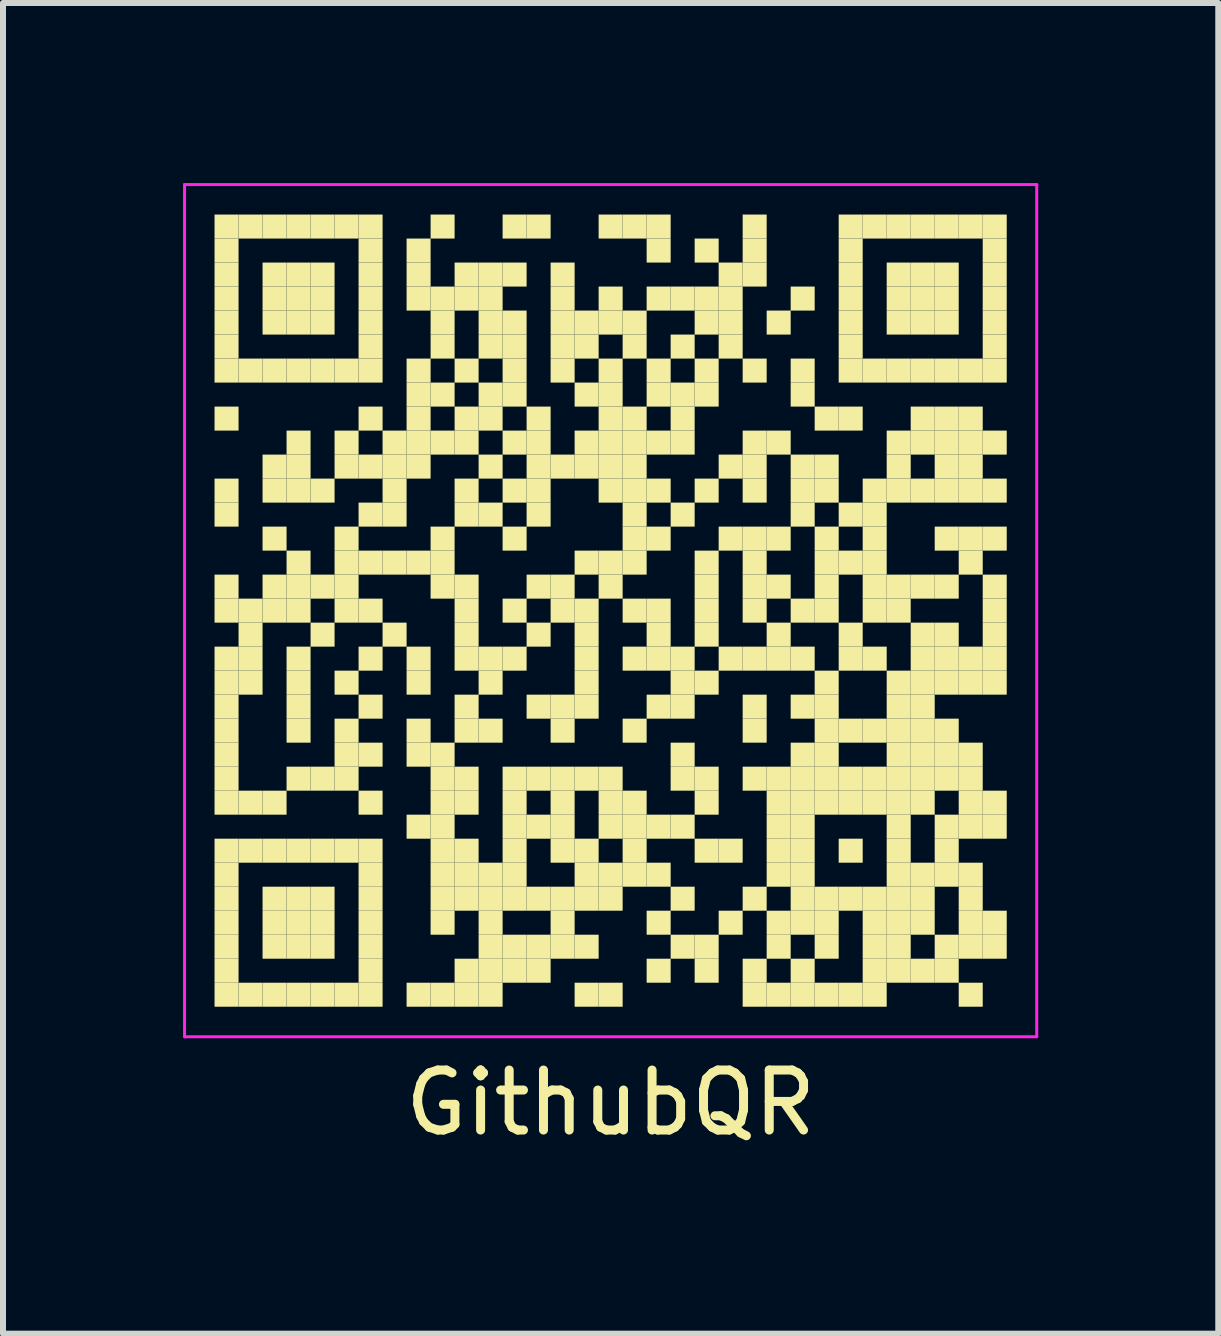
<source format=kicad_pcb>
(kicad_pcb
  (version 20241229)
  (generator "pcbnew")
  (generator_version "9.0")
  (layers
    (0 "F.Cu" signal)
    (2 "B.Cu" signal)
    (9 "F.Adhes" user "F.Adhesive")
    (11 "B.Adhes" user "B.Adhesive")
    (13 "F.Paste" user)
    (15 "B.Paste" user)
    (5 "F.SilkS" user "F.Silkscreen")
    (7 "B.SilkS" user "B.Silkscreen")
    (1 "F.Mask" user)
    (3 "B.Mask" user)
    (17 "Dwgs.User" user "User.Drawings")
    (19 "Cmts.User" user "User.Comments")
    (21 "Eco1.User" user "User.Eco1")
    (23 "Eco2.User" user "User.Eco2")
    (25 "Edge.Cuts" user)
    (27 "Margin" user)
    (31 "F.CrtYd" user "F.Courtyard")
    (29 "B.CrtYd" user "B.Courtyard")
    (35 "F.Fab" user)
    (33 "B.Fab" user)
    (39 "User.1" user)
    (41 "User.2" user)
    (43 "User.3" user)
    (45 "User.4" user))
  (footprint "GithubQR"
    (layer "F.Cu")
    (at 7.125 7.125)
    (property "Reference" "GithubQR" (at 0 8.2 0) (layer "F.SilkS") (effects (font (size 1 1) (thickness 0.15))))
    (attr through_hole)
    (fp_poly (pts (xy -6.2 -6.2) (xy -6.2 -6.6) (xy -6.6 -6.6) (xy -6.6 -6.2)) (stroke (width 0) (type solid)) (fill yes) (layer "F.SilkS"))
    (fp_poly (pts (xy -6.2 -5.8) (xy -6.2 -6.2) (xy -6.6 -6.2) (xy -6.6 -5.8)) (stroke (width 0) (type solid)) (fill yes) (layer "F.SilkS"))
    (fp_poly (pts (xy -6.2 -5.4) (xy -6.2 -5.8) (xy -6.6 -5.8) (xy -6.6 -5.4)) (stroke (width 0) (type solid)) (fill yes) (layer "F.SilkS"))
    (fp_poly (pts (xy -6.2 -5) (xy -6.2 -5.4) (xy -6.6 -5.4) (xy -6.6 -5)) (stroke (width 0) (type solid)) (fill yes) (layer "F.SilkS"))
    (fp_poly (pts (xy -6.2 -4.6) (xy -6.2 -5) (xy -6.6 -5) (xy -6.6 -4.6)) (stroke (width 0) (type solid)) (fill yes) (layer "F.SilkS"))
    (fp_poly (pts (xy -6.2 -4.2) (xy -6.2 -4.6) (xy -6.6 -4.6) (xy -6.6 -4.2)) (stroke (width 0) (type solid)) (fill yes) (layer "F.SilkS"))
    (fp_poly (pts (xy -6.2 -3.8) (xy -6.2 -4.2) (xy -6.6 -4.2) (xy -6.6 -3.8)) (stroke (width 0) (type solid)) (fill yes) (layer "F.SilkS"))
    (fp_poly (pts (xy -6.2 -3) (xy -6.2 -3.4) (xy -6.6 -3.4) (xy -6.6 -3)) (stroke (width 0) (type solid)) (fill yes) (layer "F.SilkS"))
    (fp_poly (pts (xy -6.2 -1.8) (xy -6.2 -2.2) (xy -6.6 -2.2) (xy -6.6 -1.8)) (stroke (width 0) (type solid)) (fill yes) (layer "F.SilkS"))
    (fp_poly (pts (xy -6.2 -1.4) (xy -6.2 -1.8) (xy -6.6 -1.8) (xy -6.6 -1.4)) (stroke (width 0) (type solid)) (fill yes) (layer "F.SilkS"))
    (fp_poly (pts (xy -6.2 -0.2) (xy -6.2 -0.6) (xy -6.6 -0.6) (xy -6.6 -0.2)) (stroke (width 0) (type solid)) (fill yes) (layer "F.SilkS"))
    (fp_poly (pts (xy -6.2 0.2) (xy -6.2 -0.2) (xy -6.6 -0.2) (xy -6.6 0.2)) (stroke (width 0) (type solid)) (fill yes) (layer "F.SilkS"))
    (fp_poly (pts (xy -6.2 1) (xy -6.2 0.6) (xy -6.6 0.6) (xy -6.6 1)) (stroke (width 0) (type solid)) (fill yes) (layer "F.SilkS"))
    (fp_poly (pts (xy -6.2 1.4) (xy -6.2 1) (xy -6.6 1) (xy -6.6 1.4)) (stroke (width 0) (type solid)) (fill yes) (layer "F.SilkS"))
    (fp_poly (pts (xy -6.2 1.8) (xy -6.2 1.4) (xy -6.6 1.4) (xy -6.6 1.8)) (stroke (width 0) (type solid)) (fill yes) (layer "F.SilkS"))
    (fp_poly (pts (xy -6.2 2.2) (xy -6.2 1.8) (xy -6.6 1.8) (xy -6.6 2.2)) (stroke (width 0) (type solid)) (fill yes) (layer "F.SilkS"))
    (fp_poly (pts (xy -6.2 2.6) (xy -6.2 2.2) (xy -6.6 2.2) (xy -6.6 2.6)) (stroke (width 0) (type solid)) (fill yes) (layer "F.SilkS"))
    (fp_poly (pts (xy -6.2 3) (xy -6.2 2.6) (xy -6.6 2.6) (xy -6.6 3)) (stroke (width 0) (type solid)) (fill yes) (layer "F.SilkS"))
    (fp_poly (pts (xy -6.2 3.4) (xy -6.2 3) (xy -6.6 3) (xy -6.6 3.4)) (stroke (width 0) (type solid)) (fill yes) (layer "F.SilkS"))
    (fp_poly (pts (xy -6.2 4.2) (xy -6.2 3.8) (xy -6.6 3.8) (xy -6.6 4.2)) (stroke (width 0) (type solid)) (fill yes) (layer "F.SilkS"))
    (fp_poly (pts (xy -6.2 4.6) (xy -6.2 4.2) (xy -6.6 4.2) (xy -6.6 4.6)) (stroke (width 0) (type solid)) (fill yes) (layer "F.SilkS"))
    (fp_poly (pts (xy -6.2 5) (xy -6.2 4.6) (xy -6.6 4.6) (xy -6.6 5)) (stroke (width 0) (type solid)) (fill yes) (layer "F.SilkS"))
    (fp_poly (pts (xy -6.2 5.4) (xy -6.2 5) (xy -6.6 5) (xy -6.6 5.4)) (stroke (width 0) (type solid)) (fill yes) (layer "F.SilkS"))
    (fp_poly (pts (xy -6.2 5.8) (xy -6.2 5.4) (xy -6.6 5.4) (xy -6.6 5.8)) (stroke (width 0) (type solid)) (fill yes) (layer "F.SilkS"))
    (fp_poly (pts (xy -6.2 6.2) (xy -6.2 5.8) (xy -6.6 5.8) (xy -6.6 6.2)) (stroke (width 0) (type solid)) (fill yes) (layer "F.SilkS"))
    (fp_poly (pts (xy -6.2 6.6) (xy -6.2 6.2) (xy -6.6 6.2) (xy -6.6 6.6)) (stroke (width 0) (type solid)) (fill yes) (layer "F.SilkS"))
    (fp_poly (pts (xy -5.8 -6.2) (xy -5.8 -6.6) (xy -6.2 -6.6) (xy -6.2 -6.2)) (stroke (width 0) (type solid)) (fill yes) (layer "F.SilkS"))
    (fp_poly (pts (xy -5.8 -3.8) (xy -5.8 -4.2) (xy -6.2 -4.2) (xy -6.2 -3.8)) (stroke (width 0) (type solid)) (fill yes) (layer "F.SilkS"))
    (fp_poly (pts (xy -5.8 0.2) (xy -5.8 -0.2) (xy -6.2 -0.2) (xy -6.2 0.2)) (stroke (width 0) (type solid)) (fill yes) (layer "F.SilkS"))
    (fp_poly (pts (xy -5.8 0.6) (xy -5.8 0.2) (xy -6.2 0.2) (xy -6.2 0.6)) (stroke (width 0) (type solid)) (fill yes) (layer "F.SilkS"))
    (fp_poly (pts (xy -5.8 1) (xy -5.8 0.6) (xy -6.2 0.6) (xy -6.2 1)) (stroke (width 0) (type solid)) (fill yes) (layer "F.SilkS"))
    (fp_poly (pts (xy -5.8 1.4) (xy -5.8 1) (xy -6.2 1) (xy -6.2 1.4)) (stroke (width 0) (type solid)) (fill yes) (layer "F.SilkS"))
    (fp_poly (pts (xy -5.8 3.4) (xy -5.8 3) (xy -6.2 3) (xy -6.2 3.4)) (stroke (width 0) (type solid)) (fill yes) (layer "F.SilkS"))
    (fp_poly (pts (xy -5.8 4.2) (xy -5.8 3.8) (xy -6.2 3.8) (xy -6.2 4.2)) (stroke (width 0) (type solid)) (fill yes) (layer "F.SilkS"))
    (fp_poly (pts (xy -5.8 6.6) (xy -5.8 6.2) (xy -6.2 6.2) (xy -6.2 6.6)) (stroke (width 0) (type solid)) (fill yes) (layer "F.SilkS"))
    (fp_poly (pts (xy -5.4 -6.2) (xy -5.4 -6.6) (xy -5.8 -6.6) (xy -5.8 -6.2)) (stroke (width 0) (type solid)) (fill yes) (layer "F.SilkS"))
    (fp_poly (pts (xy -5.4 -5.4) (xy -5.4 -5.8) (xy -5.8 -5.8) (xy -5.8 -5.4)) (stroke (width 0) (type solid)) (fill yes) (layer "F.SilkS"))
    (fp_poly (pts (xy -5.4 -5) (xy -5.4 -5.4) (xy -5.8 -5.4) (xy -5.8 -5)) (stroke (width 0) (type solid)) (fill yes) (layer "F.SilkS"))
    (fp_poly (pts (xy -5.4 -4.6) (xy -5.4 -5) (xy -5.8 -5) (xy -5.8 -4.6)) (stroke (width 0) (type solid)) (fill yes) (layer "F.SilkS"))
    (fp_poly (pts (xy -5.4 -3.8) (xy -5.4 -4.2) (xy -5.8 -4.2) (xy -5.8 -3.8)) (stroke (width 0) (type solid)) (fill yes) (layer "F.SilkS"))
    (fp_poly (pts (xy -5.4 -2.2) (xy -5.4 -2.6) (xy -5.8 -2.6) (xy -5.8 -2.2)) (stroke (width 0) (type solid)) (fill yes) (layer "F.SilkS"))
    (fp_poly (pts (xy -5.4 -1.8) (xy -5.4 -2.2) (xy -5.8 -2.2) (xy -5.8 -1.8)) (stroke (width 0) (type solid)) (fill yes) (layer "F.SilkS"))
    (fp_poly (pts (xy -5.4 -1) (xy -5.4 -1.4) (xy -5.8 -1.4) (xy -5.8 -1)) (stroke (width 0) (type solid)) (fill yes) (layer "F.SilkS"))
    (fp_poly (pts (xy -5.4 -0.2) (xy -5.4 -0.6) (xy -5.8 -0.6) (xy -5.8 -0.2)) (stroke (width 0) (type solid)) (fill yes) (layer "F.SilkS"))
    (fp_poly (pts (xy -5.4 0.2) (xy -5.4 -0.2) (xy -5.8 -0.2) (xy -5.8 0.2)) (stroke (width 0) (type solid)) (fill yes) (layer "F.SilkS"))
    (fp_poly (pts (xy -5.4 3.4) (xy -5.4 3) (xy -5.8 3) (xy -5.8 3.4)) (stroke (width 0) (type solid)) (fill yes) (layer "F.SilkS"))
    (fp_poly (pts (xy -5.4 4.2) (xy -5.4 3.8) (xy -5.8 3.8) (xy -5.8 4.2)) (stroke (width 0) (type solid)) (fill yes) (layer "F.SilkS"))
    (fp_poly (pts (xy -5.4 5) (xy -5.4 4.6) (xy -5.8 4.6) (xy -5.8 5)) (stroke (width 0) (type solid)) (fill yes) (layer "F.SilkS"))
    (fp_poly (pts (xy -5.4 5.4) (xy -5.4 5) (xy -5.8 5) (xy -5.8 5.4)) (stroke (width 0) (type solid)) (fill yes) (layer "F.SilkS"))
    (fp_poly (pts (xy -5.4 5.8) (xy -5.4 5.4) (xy -5.8 5.4) (xy -5.8 5.8)) (stroke (width 0) (type solid)) (fill yes) (layer "F.SilkS"))
    (fp_poly (pts (xy -5.4 6.6) (xy -5.4 6.2) (xy -5.8 6.2) (xy -5.8 6.6)) (stroke (width 0) (type solid)) (fill yes) (layer "F.SilkS"))
    (fp_poly (pts (xy -5 -6.2) (xy -5 -6.6) (xy -5.4 -6.6) (xy -5.4 -6.2)) (stroke (width 0) (type solid)) (fill yes) (layer "F.SilkS"))
    (fp_poly (pts (xy -5 -5.4) (xy -5 -5.8) (xy -5.4 -5.8) (xy -5.4 -5.4)) (stroke (width 0) (type solid)) (fill yes) (layer "F.SilkS"))
    (fp_poly (pts (xy -5 -5) (xy -5 -5.4) (xy -5.4 -5.4) (xy -5.4 -5)) (stroke (width 0) (type solid)) (fill yes) (layer "F.SilkS"))
    (fp_poly (pts (xy -5 -4.6) (xy -5 -5) (xy -5.4 -5) (xy -5.4 -4.6)) (stroke (width 0) (type solid)) (fill yes) (layer "F.SilkS"))
    (fp_poly (pts (xy -5 -3.8) (xy -5 -4.2) (xy -5.4 -4.2) (xy -5.4 -3.8)) (stroke (width 0) (type solid)) (fill yes) (layer "F.SilkS"))
    (fp_poly (pts (xy -5 -2.6) (xy -5 -3) (xy -5.4 -3) (xy -5.4 -2.6)) (stroke (width 0) (type solid)) (fill yes) (layer "F.SilkS"))
    (fp_poly (pts (xy -5 -2.2) (xy -5 -2.6) (xy -5.4 -2.6) (xy -5.4 -2.2)) (stroke (width 0) (type solid)) (fill yes) (layer "F.SilkS"))
    (fp_poly (pts (xy -5 -1.8) (xy -5 -2.2) (xy -5.4 -2.2) (xy -5.4 -1.8)) (stroke (width 0) (type solid)) (fill yes) (layer "F.SilkS"))
    (fp_poly (pts (xy -5 -0.6) (xy -5 -1) (xy -5.4 -1) (xy -5.4 -0.6)) (stroke (width 0) (type solid)) (fill yes) (layer "F.SilkS"))
    (fp_poly (pts (xy -5 -0.2) (xy -5 -0.6) (xy -5.4 -0.6) (xy -5.4 -0.2)) (stroke (width 0) (type solid)) (fill yes) (layer "F.SilkS"))
    (fp_poly (pts (xy -5 0.2) (xy -5 -0.2) (xy -5.4 -0.2) (xy -5.4 0.2)) (stroke (width 0) (type solid)) (fill yes) (layer "F.SilkS"))
    (fp_poly (pts (xy -5 1) (xy -5 0.6) (xy -5.4 0.6) (xy -5.4 1)) (stroke (width 0) (type solid)) (fill yes) (layer "F.SilkS"))
    (fp_poly (pts (xy -5 1.4) (xy -5 1) (xy -5.4 1) (xy -5.4 1.4)) (stroke (width 0) (type solid)) (fill yes) (layer "F.SilkS"))
    (fp_poly (pts (xy -5 1.8) (xy -5 1.4) (xy -5.4 1.4) (xy -5.4 1.8)) (stroke (width 0) (type solid)) (fill yes) (layer "F.SilkS"))
    (fp_poly (pts (xy -5 2.2) (xy -5 1.8) (xy -5.4 1.8) (xy -5.4 2.2)) (stroke (width 0) (type solid)) (fill yes) (layer "F.SilkS"))
    (fp_poly (pts (xy -5 3) (xy -5 2.6) (xy -5.4 2.6) (xy -5.4 3)) (stroke (width 0) (type solid)) (fill yes) (layer "F.SilkS"))
    (fp_poly (pts (xy -5 4.2) (xy -5 3.8) (xy -5.4 3.8) (xy -5.4 4.2)) (stroke (width 0) (type solid)) (fill yes) (layer "F.SilkS"))
    (fp_poly (pts (xy -5 5) (xy -5 4.6) (xy -5.4 4.6) (xy -5.4 5)) (stroke (width 0) (type solid)) (fill yes) (layer "F.SilkS"))
    (fp_poly (pts (xy -5 5.4) (xy -5 5) (xy -5.4 5) (xy -5.4 5.4)) (stroke (width 0) (type solid)) (fill yes) (layer "F.SilkS"))
    (fp_poly (pts (xy -5 5.8) (xy -5 5.4) (xy -5.4 5.4) (xy -5.4 5.8)) (stroke (width 0) (type solid)) (fill yes) (layer "F.SilkS"))
    (fp_poly (pts (xy -5 6.6) (xy -5 6.2) (xy -5.4 6.2) (xy -5.4 6.6)) (stroke (width 0) (type solid)) (fill yes) (layer "F.SilkS"))
    (fp_poly (pts (xy -4.6 -6.2) (xy -4.6 -6.6) (xy -5 -6.6) (xy -5 -6.2)) (stroke (width 0) (type solid)) (fill yes) (layer "F.SilkS"))
    (fp_poly (pts (xy -4.6 -5.4) (xy -4.6 -5.8) (xy -5 -5.8) (xy -5 -5.4)) (stroke (width 0) (type solid)) (fill yes) (layer "F.SilkS"))
    (fp_poly (pts (xy -4.6 -5) (xy -4.6 -5.4) (xy -5 -5.4) (xy -5 -5)) (stroke (width 0) (type solid)) (fill yes) (layer "F.SilkS"))
    (fp_poly (pts (xy -4.6 -4.6) (xy -4.6 -5) (xy -5 -5) (xy -5 -4.6)) (stroke (width 0) (type solid)) (fill yes) (layer "F.SilkS"))
    (fp_poly (pts (xy -4.6 -3.8) (xy -4.6 -4.2) (xy -5 -4.2) (xy -5 -3.8)) (stroke (width 0) (type solid)) (fill yes) (layer "F.SilkS"))
    (fp_poly (pts (xy -4.6 -1.8) (xy -4.6 -2.2) (xy -5 -2.2) (xy -5 -1.8)) (stroke (width 0) (type solid)) (fill yes) (layer "F.SilkS"))
    (fp_poly (pts (xy -4.6 -0.2) (xy -4.6 -0.6) (xy -5 -0.6) (xy -5 -0.2)) (stroke (width 0) (type solid)) (fill yes) (layer "F.SilkS"))
    (fp_poly (pts (xy -4.6 0.6) (xy -4.6 0.2) (xy -5 0.2) (xy -5 0.6)) (stroke (width 0) (type solid)) (fill yes) (layer "F.SilkS"))
    (fp_poly (pts (xy -4.6 3) (xy -4.6 2.6) (xy -5 2.6) (xy -5 3)) (stroke (width 0) (type solid)) (fill yes) (layer "F.SilkS"))
    (fp_poly (pts (xy -4.6 4.2) (xy -4.6 3.8) (xy -5 3.8) (xy -5 4.2)) (stroke (width 0) (type solid)) (fill yes) (layer "F.SilkS"))
    (fp_poly (pts (xy -4.6 5) (xy -4.6 4.6) (xy -5 4.6) (xy -5 5)) (stroke (width 0) (type solid)) (fill yes) (layer "F.SilkS"))
    (fp_poly (pts (xy -4.6 5.4) (xy -4.6 5) (xy -5 5) (xy -5 5.4)) (stroke (width 0) (type solid)) (fill yes) (layer "F.SilkS"))
    (fp_poly (pts (xy -4.6 5.8) (xy -4.6 5.4) (xy -5 5.4) (xy -5 5.8)) (stroke (width 0) (type solid)) (fill yes) (layer "F.SilkS"))
    (fp_poly (pts (xy -4.6 6.6) (xy -4.6 6.2) (xy -5 6.2) (xy -5 6.6)) (stroke (width 0) (type solid)) (fill yes) (layer "F.SilkS"))
    (fp_poly (pts (xy -4.2 -6.2) (xy -4.2 -6.6) (xy -4.6 -6.6) (xy -4.6 -6.2)) (stroke (width 0) (type solid)) (fill yes) (layer "F.SilkS"))
    (fp_poly (pts (xy -4.2 -3.8) (xy -4.2 -4.2) (xy -4.6 -4.2) (xy -4.6 -3.8)) (stroke (width 0) (type solid)) (fill yes) (layer "F.SilkS"))
    (fp_poly (pts (xy -4.2 -2.6) (xy -4.2 -3) (xy -4.6 -3) (xy -4.6 -2.6)) (stroke (width 0) (type solid)) (fill yes) (layer "F.SilkS"))
    (fp_poly (pts (xy -4.2 -2.2) (xy -4.2 -2.6) (xy -4.6 -2.6) (xy -4.6 -2.2)) (stroke (width 0) (type solid)) (fill yes) (layer "F.SilkS"))
    (fp_poly (pts (xy -4.2 -1) (xy -4.2 -1.4) (xy -4.6 -1.4) (xy -4.6 -1)) (stroke (width 0) (type solid)) (fill yes) (layer "F.SilkS"))
    (fp_poly (pts (xy -4.2 -0.6) (xy -4.2 -1) (xy -4.6 -1) (xy -4.6 -0.6)) (stroke (width 0) (type solid)) (fill yes) (layer "F.SilkS"))
    (fp_poly (pts (xy -4.2 -0.2) (xy -4.2 -0.6) (xy -4.6 -0.6) (xy -4.6 -0.2)) (stroke (width 0) (type solid)) (fill yes) (layer "F.SilkS"))
    (fp_poly (pts (xy -4.2 0.2) (xy -4.2 -0.2) (xy -4.6 -0.2) (xy -4.6 0.2)) (stroke (width 0) (type solid)) (fill yes) (layer "F.SilkS"))
    (fp_poly (pts (xy -4.2 1.4) (xy -4.2 1) (xy -4.6 1) (xy -4.6 1.4)) (stroke (width 0) (type solid)) (fill yes) (layer "F.SilkS"))
    (fp_poly (pts (xy -4.2 2.2) (xy -4.2 1.8) (xy -4.6 1.8) (xy -4.6 2.2)) (stroke (width 0) (type solid)) (fill yes) (layer "F.SilkS"))
    (fp_poly (pts (xy -4.2 2.6) (xy -4.2 2.2) (xy -4.6 2.2) (xy -4.6 2.6)) (stroke (width 0) (type solid)) (fill yes) (layer "F.SilkS"))
    (fp_poly (pts (xy -4.2 3) (xy -4.2 2.6) (xy -4.6 2.6) (xy -4.6 3)) (stroke (width 0) (type solid)) (fill yes) (layer "F.SilkS"))
    (fp_poly (pts (xy -4.2 4.2) (xy -4.2 3.8) (xy -4.6 3.8) (xy -4.6 4.2)) (stroke (width 0) (type solid)) (fill yes) (layer "F.SilkS"))
    (fp_poly (pts (xy -4.2 6.6) (xy -4.2 6.2) (xy -4.6 6.2) (xy -4.6 6.6)) (stroke (width 0) (type solid)) (fill yes) (layer "F.SilkS"))
    (fp_poly (pts (xy -3.8 -6.2) (xy -3.8 -6.6) (xy -4.2 -6.6) (xy -4.2 -6.2)) (stroke (width 0) (type solid)) (fill yes) (layer "F.SilkS"))
    (fp_poly (pts (xy -3.8 -5.8) (xy -3.8 -6.2) (xy -4.2 -6.2) (xy -4.2 -5.8)) (stroke (width 0) (type solid)) (fill yes) (layer "F.SilkS"))
    (fp_poly (pts (xy -3.8 -5.4) (xy -3.8 -5.8) (xy -4.2 -5.8) (xy -4.2 -5.4)) (stroke (width 0) (type solid)) (fill yes) (layer "F.SilkS"))
    (fp_poly (pts (xy -3.8 -5) (xy -3.8 -5.4) (xy -4.2 -5.4) (xy -4.2 -5)) (stroke (width 0) (type solid)) (fill yes) (layer "F.SilkS"))
    (fp_poly (pts (xy -3.8 -4.6) (xy -3.8 -5) (xy -4.2 -5) (xy -4.2 -4.6)) (stroke (width 0) (type solid)) (fill yes) (layer "F.SilkS"))
    (fp_poly (pts (xy -3.8 -4.2) (xy -3.8 -4.6) (xy -4.2 -4.6) (xy -4.2 -4.2)) (stroke (width 0) (type solid)) (fill yes) (layer "F.SilkS"))
    (fp_poly (pts (xy -3.8 -3.8) (xy -3.8 -4.2) (xy -4.2 -4.2) (xy -4.2 -3.8)) (stroke (width 0) (type solid)) (fill yes) (layer "F.SilkS"))
    (fp_poly (pts (xy -3.8 -3) (xy -3.8 -3.4) (xy -4.2 -3.4) (xy -4.2 -3)) (stroke (width 0) (type solid)) (fill yes) (layer "F.SilkS"))
    (fp_poly (pts (xy -3.8 -2.2) (xy -3.8 -2.6) (xy -4.2 -2.6) (xy -4.2 -2.2)) (stroke (width 0) (type solid)) (fill yes) (layer "F.SilkS"))
    (fp_poly (pts (xy -3.8 -1.4) (xy -3.8 -1.8) (xy -4.2 -1.8) (xy -4.2 -1.4)) (stroke (width 0) (type solid)) (fill yes) (layer "F.SilkS"))
    (fp_poly (pts (xy -3.8 -0.6) (xy -3.8 -1) (xy -4.2 -1) (xy -4.2 -0.6)) (stroke (width 0) (type solid)) (fill yes) (layer "F.SilkS"))
    (fp_poly (pts (xy -3.8 0.2) (xy -3.8 -0.2) (xy -4.2 -0.2) (xy -4.2 0.2)) (stroke (width 0) (type solid)) (fill yes) (layer "F.SilkS"))
    (fp_poly (pts (xy -3.8 1) (xy -3.8 0.6) (xy -4.2 0.6) (xy -4.2 1)) (stroke (width 0) (type solid)) (fill yes) (layer "F.SilkS"))
    (fp_poly (pts (xy -3.8 1.8) (xy -3.8 1.4) (xy -4.2 1.4) (xy -4.2 1.8)) (stroke (width 0) (type solid)) (fill yes) (layer "F.SilkS"))
    (fp_poly (pts (xy -3.8 2.6) (xy -3.8 2.2) (xy -4.2 2.2) (xy -4.2 2.6)) (stroke (width 0) (type solid)) (fill yes) (layer "F.SilkS"))
    (fp_poly (pts (xy -3.8 3.4) (xy -3.8 3) (xy -4.2 3) (xy -4.2 3.4)) (stroke (width 0) (type solid)) (fill yes) (layer "F.SilkS"))
    (fp_poly (pts (xy -3.8 4.2) (xy -3.8 3.8) (xy -4.2 3.8) (xy -4.2 4.2)) (stroke (width 0) (type solid)) (fill yes) (layer "F.SilkS"))
    (fp_poly (pts (xy -3.8 4.6) (xy -3.8 4.2) (xy -4.2 4.2) (xy -4.2 4.6)) (stroke (width 0) (type solid)) (fill yes) (layer "F.SilkS"))
    (fp_poly (pts (xy -3.8 5) (xy -3.8 4.6) (xy -4.2 4.6) (xy -4.2 5)) (stroke (width 0) (type solid)) (fill yes) (layer "F.SilkS"))
    (fp_poly (pts (xy -3.8 5.4) (xy -3.8 5) (xy -4.2 5) (xy -4.2 5.4)) (stroke (width 0) (type solid)) (fill yes) (layer "F.SilkS"))
    (fp_poly (pts (xy -3.8 5.8) (xy -3.8 5.4) (xy -4.2 5.4) (xy -4.2 5.8)) (stroke (width 0) (type solid)) (fill yes) (layer "F.SilkS"))
    (fp_poly (pts (xy -3.8 6.2) (xy -3.8 5.8) (xy -4.2 5.8) (xy -4.2 6.2)) (stroke (width 0) (type solid)) (fill yes) (layer "F.SilkS"))
    (fp_poly (pts (xy -3.8 6.6) (xy -3.8 6.2) (xy -4.2 6.2) (xy -4.2 6.6)) (stroke (width 0) (type solid)) (fill yes) (layer "F.SilkS"))
    (fp_poly (pts (xy -3.4 -2.6) (xy -3.4 -3) (xy -3.8 -3) (xy -3.8 -2.6)) (stroke (width 0) (type solid)) (fill yes) (layer "F.SilkS"))
    (fp_poly (pts (xy -3.4 -2.2) (xy -3.4 -2.6) (xy -3.8 -2.6) (xy -3.8 -2.2)) (stroke (width 0) (type solid)) (fill yes) (layer "F.SilkS"))
    (fp_poly (pts (xy -3.4 -1.8) (xy -3.4 -2.2) (xy -3.8 -2.2) (xy -3.8 -1.8)) (stroke (width 0) (type solid)) (fill yes) (layer "F.SilkS"))
    (fp_poly (pts (xy -3.4 -1.4) (xy -3.4 -1.8) (xy -3.8 -1.8) (xy -3.8 -1.4)) (stroke (width 0) (type solid)) (fill yes) (layer "F.SilkS"))
    (fp_poly (pts (xy -3.4 -0.6) (xy -3.4 -1) (xy -3.8 -1) (xy -3.8 -0.6)) (stroke (width 0) (type solid)) (fill yes) (layer "F.SilkS"))
    (fp_poly (pts (xy -3.4 0.6) (xy -3.4 0.2) (xy -3.8 0.2) (xy -3.8 0.6)) (stroke (width 0) (type solid)) (fill yes) (layer "F.SilkS"))
    (fp_poly (pts (xy -3 -5.8) (xy -3 -6.2) (xy -3.4 -6.2) (xy -3.4 -5.8)) (stroke (width 0) (type solid)) (fill yes) (layer "F.SilkS"))
    (fp_poly (pts (xy -3 -5.4) (xy -3 -5.8) (xy -3.4 -5.8) (xy -3.4 -5.4)) (stroke (width 0) (type solid)) (fill yes) (layer "F.SilkS"))
    (fp_poly (pts (xy -3 -5) (xy -3 -5.4) (xy -3.4 -5.4) (xy -3.4 -5)) (stroke (width 0) (type solid)) (fill yes) (layer "F.SilkS"))
    (fp_poly (pts (xy -3 -3.8) (xy -3 -4.2) (xy -3.4 -4.2) (xy -3.4 -3.8)) (stroke (width 0) (type solid)) (fill yes) (layer "F.SilkS"))
    (fp_poly (pts (xy -3 -3.4) (xy -3 -3.8) (xy -3.4 -3.8) (xy -3.4 -3.4)) (stroke (width 0) (type solid)) (fill yes) (layer "F.SilkS"))
    (fp_poly (pts (xy -3 -3) (xy -3 -3.4) (xy -3.4 -3.4) (xy -3.4 -3)) (stroke (width 0) (type solid)) (fill yes) (layer "F.SilkS"))
    (fp_poly (pts (xy -3 -2.6) (xy -3 -3) (xy -3.4 -3) (xy -3.4 -2.6)) (stroke (width 0) (type solid)) (fill yes) (layer "F.SilkS"))
    (fp_poly (pts (xy -3 -2.2) (xy -3 -2.6) (xy -3.4 -2.6) (xy -3.4 -2.2)) (stroke (width 0) (type solid)) (fill yes) (layer "F.SilkS"))
    (fp_poly (pts (xy -3 -0.6) (xy -3 -1) (xy -3.4 -1) (xy -3.4 -0.6)) (stroke (width 0) (type solid)) (fill yes) (layer "F.SilkS"))
    (fp_poly (pts (xy -3 1) (xy -3 0.6) (xy -3.4 0.6) (xy -3.4 1)) (stroke (width 0) (type solid)) (fill yes) (layer "F.SilkS"))
    (fp_poly (pts (xy -3 1.4) (xy -3 1) (xy -3.4 1) (xy -3.4 1.4)) (stroke (width 0) (type solid)) (fill yes) (layer "F.SilkS"))
    (fp_poly (pts (xy -3 2.2) (xy -3 1.8) (xy -3.4 1.8) (xy -3.4 2.2)) (stroke (width 0) (type solid)) (fill yes) (layer "F.SilkS"))
    (fp_poly (pts (xy -3 2.6) (xy -3 2.2) (xy -3.4 2.2) (xy -3.4 2.6)) (stroke (width 0) (type solid)) (fill yes) (layer "F.SilkS"))
    (fp_poly (pts (xy -3 3.8) (xy -3 3.4) (xy -3.4 3.4) (xy -3.4 3.8)) (stroke (width 0) (type solid)) (fill yes) (layer "F.SilkS"))
    (fp_poly (pts (xy -3 6.6) (xy -3 6.2) (xy -3.4 6.2) (xy -3.4 6.6)) (stroke (width 0) (type solid)) (fill yes) (layer "F.SilkS"))
    (fp_poly (pts (xy -2.6 -6.2) (xy -2.6 -6.6) (xy -3 -6.6) (xy -3 -6.2)) (stroke (width 0) (type solid)) (fill yes) (layer "F.SilkS"))
    (fp_poly (pts (xy -2.6 -5) (xy -2.6 -5.4) (xy -3 -5.4) (xy -3 -5)) (stroke (width 0) (type solid)) (fill yes) (layer "F.SilkS"))
    (fp_poly (pts (xy -2.6 -4.6) (xy -2.6 -5) (xy -3 -5) (xy -3 -4.6)) (stroke (width 0) (type solid)) (fill yes) (layer "F.SilkS"))
    (fp_poly (pts (xy -2.6 -4.2) (xy -2.6 -4.6) (xy -3 -4.6) (xy -3 -4.2)) (stroke (width 0) (type solid)) (fill yes) (layer "F.SilkS"))
    (fp_poly (pts (xy -2.6 -3.4) (xy -2.6 -3.8) (xy -3 -3.8) (xy -3 -3.4)) (stroke (width 0) (type solid)) (fill yes) (layer "F.SilkS"))
    (fp_poly (pts (xy -2.6 -2.6) (xy -2.6 -3) (xy -3 -3) (xy -3 -2.6)) (stroke (width 0) (type solid)) (fill yes) (layer "F.SilkS"))
    (fp_poly (pts (xy -2.6 -1) (xy -2.6 -1.4) (xy -3 -1.4) (xy -3 -1)) (stroke (width 0) (type solid)) (fill yes) (layer "F.SilkS"))
    (fp_poly (pts (xy -2.6 -0.6) (xy -2.6 -1) (xy -3 -1) (xy -3 -0.6)) (stroke (width 0) (type solid)) (fill yes) (layer "F.SilkS"))
    (fp_poly (pts (xy -2.6 -0.2) (xy -2.6 -0.6) (xy -3 -0.6) (xy -3 -0.2)) (stroke (width 0) (type solid)) (fill yes) (layer "F.SilkS"))
    (fp_poly (pts (xy -2.6 2.6) (xy -2.6 2.2) (xy -3 2.2) (xy -3 2.6)) (stroke (width 0) (type solid)) (fill yes) (layer "F.SilkS"))
    (fp_poly (pts (xy -2.6 3) (xy -2.6 2.6) (xy -3 2.6) (xy -3 3)) (stroke (width 0) (type solid)) (fill yes) (layer "F.SilkS"))
    (fp_poly (pts (xy -2.6 3.4) (xy -2.6 3) (xy -3 3) (xy -3 3.4)) (stroke (width 0) (type solid)) (fill yes) (layer "F.SilkS"))
    (fp_poly (pts (xy -2.6 3.8) (xy -2.6 3.4) (xy -3 3.4) (xy -3 3.8)) (stroke (width 0) (type solid)) (fill yes) (layer "F.SilkS"))
    (fp_poly (pts (xy -2.6 4.2) (xy -2.6 3.8) (xy -3 3.8) (xy -3 4.2)) (stroke (width 0) (type solid)) (fill yes) (layer "F.SilkS"))
    (fp_poly (pts (xy -2.6 4.6) (xy -2.6 4.2) (xy -3 4.2) (xy -3 4.6)) (stroke (width 0) (type solid)) (fill yes) (layer "F.SilkS"))
    (fp_poly (pts (xy -2.6 5) (xy -2.6 4.6) (xy -3 4.6) (xy -3 5)) (stroke (width 0) (type solid)) (fill yes) (layer "F.SilkS"))
    (fp_poly (pts (xy -2.6 5.4) (xy -2.6 5) (xy -3 5) (xy -3 5.4)) (stroke (width 0) (type solid)) (fill yes) (layer "F.SilkS"))
    (fp_poly (pts (xy -2.6 6.6) (xy -2.6 6.2) (xy -3 6.2) (xy -3 6.6)) (stroke (width 0) (type solid)) (fill yes) (layer "F.SilkS"))
    (fp_poly (pts (xy -2.2 -5.4) (xy -2.2 -5.8) (xy -2.6 -5.8) (xy -2.6 -5.4)) (stroke (width 0) (type solid)) (fill yes) (layer "F.SilkS"))
    (fp_poly (pts (xy -2.2 -5) (xy -2.2 -5.4) (xy -2.6 -5.4) (xy -2.6 -5)) (stroke (width 0) (type solid)) (fill yes) (layer "F.SilkS"))
    (fp_poly (pts (xy -2.2 -3.8) (xy -2.2 -4.2) (xy -2.6 -4.2) (xy -2.6 -3.8)) (stroke (width 0) (type solid)) (fill yes) (layer "F.SilkS"))
    (fp_poly (pts (xy -2.2 -3) (xy -2.2 -3.4) (xy -2.6 -3.4) (xy -2.6 -3)) (stroke (width 0) (type solid)) (fill yes) (layer "F.SilkS"))
    (fp_poly (pts (xy -2.2 -2.6) (xy -2.2 -3) (xy -2.6 -3) (xy -2.6 -2.6)) (stroke (width 0) (type solid)) (fill yes) (layer "F.SilkS"))
    (fp_poly (pts (xy -2.2 -1.8) (xy -2.2 -2.2) (xy -2.6 -2.2) (xy -2.6 -1.8)) (stroke (width 0) (type solid)) (fill yes) (layer "F.SilkS"))
    (fp_poly (pts (xy -2.2 -1.4) (xy -2.2 -1.8) (xy -2.6 -1.8) (xy -2.6 -1.4)) (stroke (width 0) (type solid)) (fill yes) (layer "F.SilkS"))
    (fp_poly (pts (xy -2.2 -0.2) (xy -2.2 -0.6) (xy -2.6 -0.6) (xy -2.6 -0.2)) (stroke (width 0) (type solid)) (fill yes) (layer "F.SilkS"))
    (fp_poly (pts (xy -2.2 0.2) (xy -2.2 -0.2) (xy -2.6 -0.2) (xy -2.6 0.2)) (stroke (width 0) (type solid)) (fill yes) (layer "F.SilkS"))
    (fp_poly (pts (xy -2.2 0.6) (xy -2.2 0.2) (xy -2.6 0.2) (xy -2.6 0.6)) (stroke (width 0) (type solid)) (fill yes) (layer "F.SilkS"))
    (fp_poly (pts (xy -2.2 1) (xy -2.2 0.6) (xy -2.6 0.6) (xy -2.6 1)) (stroke (width 0) (type solid)) (fill yes) (layer "F.SilkS"))
    (fp_poly (pts (xy -2.2 1.8) (xy -2.2 1.4) (xy -2.6 1.4) (xy -2.6 1.8)) (stroke (width 0) (type solid)) (fill yes) (layer "F.SilkS"))
    (fp_poly (pts (xy -2.2 2.2) (xy -2.2 1.8) (xy -2.6 1.8) (xy -2.6 2.2)) (stroke (width 0) (type solid)) (fill yes) (layer "F.SilkS"))
    (fp_poly (pts (xy -2.2 3) (xy -2.2 2.6) (xy -2.6 2.6) (xy -2.6 3)) (stroke (width 0) (type solid)) (fill yes) (layer "F.SilkS"))
    (fp_poly (pts (xy -2.2 3.4) (xy -2.2 3) (xy -2.6 3) (xy -2.6 3.4)) (stroke (width 0) (type solid)) (fill yes) (layer "F.SilkS"))
    (fp_poly (pts (xy -2.2 4.2) (xy -2.2 3.8) (xy -2.6 3.8) (xy -2.6 4.2)) (stroke (width 0) (type solid)) (fill yes) (layer "F.SilkS"))
    (fp_poly (pts (xy -2.2 4.6) (xy -2.2 4.2) (xy -2.6 4.2) (xy -2.6 4.6)) (stroke (width 0) (type solid)) (fill yes) (layer "F.SilkS"))
    (fp_poly (pts (xy -2.2 5) (xy -2.2 4.6) (xy -2.6 4.6) (xy -2.6 5)) (stroke (width 0) (type solid)) (fill yes) (layer "F.SilkS"))
    (fp_poly (pts (xy -2.2 6.2) (xy -2.2 5.8) (xy -2.6 5.8) (xy -2.6 6.2)) (stroke (width 0) (type solid)) (fill yes) (layer "F.SilkS"))
    (fp_poly (pts (xy -2.2 6.6) (xy -2.2 6.2) (xy -2.6 6.2) (xy -2.6 6.6)) (stroke (width 0) (type solid)) (fill yes) (layer "F.SilkS"))
    (fp_poly (pts (xy -1.8 -5.4) (xy -1.8 -5.8) (xy -2.2 -5.8) (xy -2.2 -5.4)) (stroke (width 0) (type solid)) (fill yes) (layer "F.SilkS"))
    (fp_poly (pts (xy -1.8 -5) (xy -1.8 -5.4) (xy -2.2 -5.4) (xy -2.2 -5)) (stroke (width 0) (type solid)) (fill yes) (layer "F.SilkS"))
    (fp_poly (pts (xy -1.8 -4.6) (xy -1.8 -5) (xy -2.2 -5) (xy -2.2 -4.6)) (stroke (width 0) (type solid)) (fill yes) (layer "F.SilkS"))
    (fp_poly (pts (xy -1.8 -4.2) (xy -1.8 -4.6) (xy -2.2 -4.6) (xy -2.2 -4.2)) (stroke (width 0) (type solid)) (fill yes) (layer "F.SilkS"))
    (fp_poly (pts (xy -1.8 -3.4) (xy -1.8 -3.8) (xy -2.2 -3.8) (xy -2.2 -3.4)) (stroke (width 0) (type solid)) (fill yes) (layer "F.SilkS"))
    (fp_poly (pts (xy -1.8 -3) (xy -1.8 -3.4) (xy -2.2 -3.4) (xy -2.2 -3)) (stroke (width 0) (type solid)) (fill yes) (layer "F.SilkS"))
    (fp_poly (pts (xy -1.8 -2.2) (xy -1.8 -2.6) (xy -2.2 -2.6) (xy -2.2 -2.2)) (stroke (width 0) (type solid)) (fill yes) (layer "F.SilkS"))
    (fp_poly (pts (xy -1.8 -1.4) (xy -1.8 -1.8) (xy -2.2 -1.8) (xy -2.2 -1.4)) (stroke (width 0) (type solid)) (fill yes) (layer "F.SilkS"))
    (fp_poly (pts (xy -1.8 1) (xy -1.8 0.6) (xy -2.2 0.6) (xy -2.2 1)) (stroke (width 0) (type solid)) (fill yes) (layer "F.SilkS"))
    (fp_poly (pts (xy -1.8 1.4) (xy -1.8 1) (xy -2.2 1) (xy -2.2 1.4)) (stroke (width 0) (type solid)) (fill yes) (layer "F.SilkS"))
    (fp_poly (pts (xy -1.8 2.2) (xy -1.8 1.8) (xy -2.2 1.8) (xy -2.2 2.2)) (stroke (width 0) (type solid)) (fill yes) (layer "F.SilkS"))
    (fp_poly (pts (xy -1.8 4.6) (xy -1.8 4.2) (xy -2.2 4.2) (xy -2.2 4.6)) (stroke (width 0) (type solid)) (fill yes) (layer "F.SilkS"))
    (fp_poly (pts (xy -1.8 5) (xy -1.8 4.6) (xy -2.2 4.6) (xy -2.2 5)) (stroke (width 0) (type solid)) (fill yes) (layer "F.SilkS"))
    (fp_poly (pts (xy -1.8 5.4) (xy -1.8 5) (xy -2.2 5) (xy -2.2 5.4)) (stroke (width 0) (type solid)) (fill yes) (layer "F.SilkS"))
    (fp_poly (pts (xy -1.8 5.8) (xy -1.8 5.4) (xy -2.2 5.4) (xy -2.2 5.8)) (stroke (width 0) (type solid)) (fill yes) (layer "F.SilkS"))
    (fp_poly (pts (xy -1.8 6.2) (xy -1.8 5.8) (xy -2.2 5.8) (xy -2.2 6.2)) (stroke (width 0) (type solid)) (fill yes) (layer "F.SilkS"))
    (fp_poly (pts (xy -1.8 6.6) (xy -1.8 6.2) (xy -2.2 6.2) (xy -2.2 6.6)) (stroke (width 0) (type solid)) (fill yes) (layer "F.SilkS"))
    (fp_poly (pts (xy -1.4 -6.2) (xy -1.4 -6.6) (xy -1.8 -6.6) (xy -1.8 -6.2)) (stroke (width 0) (type solid)) (fill yes) (layer "F.SilkS"))
    (fp_poly (pts (xy -1.4 -5.4) (xy -1.4 -5.8) (xy -1.8 -5.8) (xy -1.8 -5.4)) (stroke (width 0) (type solid)) (fill yes) (layer "F.SilkS"))
    (fp_poly (pts (xy -1.4 -4.6) (xy -1.4 -5) (xy -1.8 -5) (xy -1.8 -4.6)) (stroke (width 0) (type solid)) (fill yes) (layer "F.SilkS"))
    (fp_poly (pts (xy -1.4 -4.2) (xy -1.4 -4.6) (xy -1.8 -4.6) (xy -1.8 -4.2)) (stroke (width 0) (type solid)) (fill yes) (layer "F.SilkS"))
    (fp_poly (pts (xy -1.4 -3.8) (xy -1.4 -4.2) (xy -1.8 -4.2) (xy -1.8 -3.8)) (stroke (width 0) (type solid)) (fill yes) (layer "F.SilkS"))
    (fp_poly (pts (xy -1.4 -3.4) (xy -1.4 -3.8) (xy -1.8 -3.8) (xy -1.8 -3.4)) (stroke (width 0) (type solid)) (fill yes) (layer "F.SilkS"))
    (fp_poly (pts (xy -1.4 -2.6) (xy -1.4 -3) (xy -1.8 -3) (xy -1.8 -2.6)) (stroke (width 0) (type solid)) (fill yes) (layer "F.SilkS"))
    (fp_poly (pts (xy -1.4 -1.8) (xy -1.4 -2.2) (xy -1.8 -2.2) (xy -1.8 -1.8)) (stroke (width 0) (type solid)) (fill yes) (layer "F.SilkS"))
    (fp_poly (pts (xy -1.4 -1) (xy -1.4 -1.4) (xy -1.8 -1.4) (xy -1.8 -1)) (stroke (width 0) (type solid)) (fill yes) (layer "F.SilkS"))
    (fp_poly (pts (xy -1.4 0.2) (xy -1.4 -0.2) (xy -1.8 -0.2) (xy -1.8 0.2)) (stroke (width 0) (type solid)) (fill yes) (layer "F.SilkS"))
    (fp_poly (pts (xy -1.4 1) (xy -1.4 0.6) (xy -1.8 0.6) (xy -1.8 1)) (stroke (width 0) (type solid)) (fill yes) (layer "F.SilkS"))
    (fp_poly (pts (xy -1.4 3) (xy -1.4 2.6) (xy -1.8 2.6) (xy -1.8 3)) (stroke (width 0) (type solid)) (fill yes) (layer "F.SilkS"))
    (fp_poly (pts (xy -1.4 3.4) (xy -1.4 3) (xy -1.8 3) (xy -1.8 3.4)) (stroke (width 0) (type solid)) (fill yes) (layer "F.SilkS"))
    (fp_poly (pts (xy -1.4 3.8) (xy -1.4 3.4) (xy -1.8 3.4) (xy -1.8 3.8)) (stroke (width 0) (type solid)) (fill yes) (layer "F.SilkS"))
    (fp_poly (pts (xy -1.4 4.2) (xy -1.4 3.8) (xy -1.8 3.8) (xy -1.8 4.2)) (stroke (width 0) (type solid)) (fill yes) (layer "F.SilkS"))
    (fp_poly (pts (xy -1.4 4.6) (xy -1.4 4.2) (xy -1.8 4.2) (xy -1.8 4.6)) (stroke (width 0) (type solid)) (fill yes) (layer "F.SilkS"))
    (fp_poly (pts (xy -1.4 5) (xy -1.4 4.6) (xy -1.8 4.6) (xy -1.8 5)) (stroke (width 0) (type solid)) (fill yes) (layer "F.SilkS"))
    (fp_poly (pts (xy -1.4 5.8) (xy -1.4 5.4) (xy -1.8 5.4) (xy -1.8 5.8)) (stroke (width 0) (type solid)) (fill yes) (layer "F.SilkS"))
    (fp_poly (pts (xy -1.4 6.2) (xy -1.4 5.8) (xy -1.8 5.8) (xy -1.8 6.2)) (stroke (width 0) (type solid)) (fill yes) (layer "F.SilkS"))
    (fp_poly (pts (xy -1 -6.2) (xy -1 -6.6) (xy -1.4 -6.6) (xy -1.4 -6.2)) (stroke (width 0) (type solid)) (fill yes) (layer "F.SilkS"))
    (fp_poly (pts (xy -1 -3) (xy -1 -3.4) (xy -1.4 -3.4) (xy -1.4 -3)) (stroke (width 0) (type solid)) (fill yes) (layer "F.SilkS"))
    (fp_poly (pts (xy -1 -2.6) (xy -1 -3) (xy -1.4 -3) (xy -1.4 -2.6)) (stroke (width 0) (type solid)) (fill yes) (layer "F.SilkS"))
    (fp_poly (pts (xy -1 -2.2) (xy -1 -2.6) (xy -1.4 -2.6) (xy -1.4 -2.2)) (stroke (width 0) (type solid)) (fill yes) (layer "F.SilkS"))
    (fp_poly (pts (xy -1 -1.8) (xy -1 -2.2) (xy -1.4 -2.2) (xy -1.4 -1.8)) (stroke (width 0) (type solid)) (fill yes) (layer "F.SilkS"))
    (fp_poly (pts (xy -1 -1.4) (xy -1 -1.8) (xy -1.4 -1.8) (xy -1.4 -1.4)) (stroke (width 0) (type solid)) (fill yes) (layer "F.SilkS"))
    (fp_poly (pts (xy -1 -0.2) (xy -1 -0.6) (xy -1.4 -0.6) (xy -1.4 -0.2)) (stroke (width 0) (type solid)) (fill yes) (layer "F.SilkS"))
    (fp_poly (pts (xy -1 0.6) (xy -1 0.2) (xy -1.4 0.2) (xy -1.4 0.6)) (stroke (width 0) (type solid)) (fill yes) (layer "F.SilkS"))
    (fp_poly (pts (xy -1 1.8) (xy -1 1.4) (xy -1.4 1.4) (xy -1.4 1.8)) (stroke (width 0) (type solid)) (fill yes) (layer "F.SilkS"))
    (fp_poly (pts (xy -1 3) (xy -1 2.6) (xy -1.4 2.6) (xy -1.4 3)) (stroke (width 0) (type solid)) (fill yes) (layer "F.SilkS"))
    (fp_poly (pts (xy -1 3.8) (xy -1 3.4) (xy -1.4 3.4) (xy -1.4 3.8)) (stroke (width 0) (type solid)) (fill yes) (layer "F.SilkS"))
    (fp_poly (pts (xy -1 5) (xy -1 4.6) (xy -1.4 4.6) (xy -1.4 5)) (stroke (width 0) (type solid)) (fill yes) (layer "F.SilkS"))
    (fp_poly (pts (xy -1 5.8) (xy -1 5.4) (xy -1.4 5.4) (xy -1.4 5.8)) (stroke (width 0) (type solid)) (fill yes) (layer "F.SilkS"))
    (fp_poly (pts (xy -1 6.2) (xy -1 5.8) (xy -1.4 5.8) (xy -1.4 6.2)) (stroke (width 0) (type solid)) (fill yes) (layer "F.SilkS"))
    (fp_poly (pts (xy -0.6 -5.4) (xy -0.6 -5.8) (xy -1 -5.8) (xy -1 -5.4)) (stroke (width 0) (type solid)) (fill yes) (layer "F.SilkS"))
    (fp_poly (pts (xy -0.6 -5) (xy -0.6 -5.4) (xy -1 -5.4) (xy -1 -5)) (stroke (width 0) (type solid)) (fill yes) (layer "F.SilkS"))
    (fp_poly (pts (xy -0.6 -4.6) (xy -0.6 -5) (xy -1 -5) (xy -1 -4.6)) (stroke (width 0) (type solid)) (fill yes) (layer "F.SilkS"))
    (fp_poly (pts (xy -0.6 -4.2) (xy -0.6 -4.6) (xy -1 -4.6) (xy -1 -4.2)) (stroke (width 0) (type solid)) (fill yes) (layer "F.SilkS"))
    (fp_poly (pts (xy -0.6 -3.8) (xy -0.6 -4.2) (xy -1 -4.2) (xy -1 -3.8)) (stroke (width 0) (type solid)) (fill yes) (layer "F.SilkS"))
    (fp_poly (pts (xy -0.6 -2.2) (xy -0.6 -2.6) (xy -1 -2.6) (xy -1 -2.2)) (stroke (width 0) (type solid)) (fill yes) (layer "F.SilkS"))
    (fp_poly (pts (xy -0.6 -0.2) (xy -0.6 -0.6) (xy -1 -0.6) (xy -1 -0.2)) (stroke (width 0) (type solid)) (fill yes) (layer "F.SilkS"))
    (fp_poly (pts (xy -0.6 0.2) (xy -0.6 -0.2) (xy -1 -0.2) (xy -1 0.2)) (stroke (width 0) (type solid)) (fill yes) (layer "F.SilkS"))
    (fp_poly (pts (xy -0.6 1.8) (xy -0.6 1.4) (xy -1 1.4) (xy -1 1.8)) (stroke (width 0) (type solid)) (fill yes) (layer "F.SilkS"))
    (fp_poly (pts (xy -0.6 2.2) (xy -0.6 1.8) (xy -1 1.8) (xy -1 2.2)) (stroke (width 0) (type solid)) (fill yes) (layer "F.SilkS"))
    (fp_poly (pts (xy -0.6 3) (xy -0.6 2.6) (xy -1 2.6) (xy -1 3)) (stroke (width 0) (type solid)) (fill yes) (layer "F.SilkS"))
    (fp_poly (pts (xy -0.6 3.4) (xy -0.6 3) (xy -1 3) (xy -1 3.4)) (stroke (width 0) (type solid)) (fill yes) (layer "F.SilkS"))
    (fp_poly (pts (xy -0.6 3.8) (xy -0.6 3.4) (xy -1 3.4) (xy -1 3.8)) (stroke (width 0) (type solid)) (fill yes) (layer "F.SilkS"))
    (fp_poly (pts (xy -0.6 4.2) (xy -0.6 3.8) (xy -1 3.8) (xy -1 4.2)) (stroke (width 0) (type solid)) (fill yes) (layer "F.SilkS"))
    (fp_poly (pts (xy -0.6 5) (xy -0.6 4.6) (xy -1 4.6) (xy -1 5)) (stroke (width 0) (type solid)) (fill yes) (layer "F.SilkS"))
    (fp_poly (pts (xy -0.6 5.4) (xy -0.6 5) (xy -1 5) (xy -1 5.4)) (stroke (width 0) (type solid)) (fill yes) (layer "F.SilkS"))
    (fp_poly (pts (xy -0.6 5.8) (xy -0.6 5.4) (xy -1 5.4) (xy -1 5.8)) (stroke (width 0) (type solid)) (fill yes) (layer "F.SilkS"))
    (fp_poly (pts (xy -0.2 -4.6) (xy -0.2 -5) (xy -0.6 -5) (xy -0.6 -4.6)) (stroke (width 0) (type solid)) (fill yes) (layer "F.SilkS"))
    (fp_poly (pts (xy -0.2 -4.2) (xy -0.2 -4.6) (xy -0.6 -4.6) (xy -0.6 -4.2)) (stroke (width 0) (type solid)) (fill yes) (layer "F.SilkS"))
    (fp_poly (pts (xy -0.2 -3.4) (xy -0.2 -3.8) (xy -0.6 -3.8) (xy -0.6 -3.4)) (stroke (width 0) (type solid)) (fill yes) (layer "F.SilkS"))
    (fp_poly (pts (xy -0.2 -2.6) (xy -0.2 -3) (xy -0.6 -3) (xy -0.6 -2.6)) (stroke (width 0) (type solid)) (fill yes) (layer "F.SilkS"))
    (fp_poly (pts (xy -0.2 -2.2) (xy -0.2 -2.6) (xy -0.6 -2.6) (xy -0.6 -2.2)) (stroke (width 0) (type solid)) (fill yes) (layer "F.SilkS"))
    (fp_poly (pts (xy -0.2 -0.6) (xy -0.2 -1) (xy -0.6 -1) (xy -0.6 -0.6)) (stroke (width 0) (type solid)) (fill yes) (layer "F.SilkS"))
    (fp_poly (pts (xy -0.2 0.2) (xy -0.2 -0.2) (xy -0.6 -0.2) (xy -0.6 0.2)) (stroke (width 0) (type solid)) (fill yes) (layer "F.SilkS"))
    (fp_poly (pts (xy -0.2 0.6) (xy -0.2 0.2) (xy -0.6 0.2) (xy -0.6 0.6)) (stroke (width 0) (type solid)) (fill yes) (layer "F.SilkS"))
    (fp_poly (pts (xy -0.2 1) (xy -0.2 0.6) (xy -0.6 0.6) (xy -0.6 1)) (stroke (width 0) (type solid)) (fill yes) (layer "F.SilkS"))
    (fp_poly (pts (xy -0.2 1.4) (xy -0.2 1) (xy -0.6 1) (xy -0.6 1.4)) (stroke (width 0) (type solid)) (fill yes) (layer "F.SilkS"))
    (fp_poly (pts (xy -0.2 1.8) (xy -0.2 1.4) (xy -0.6 1.4) (xy -0.6 1.8)) (stroke (width 0) (type solid)) (fill yes) (layer "F.SilkS"))
    (fp_poly (pts (xy -0.2 3) (xy -0.2 2.6) (xy -0.6 2.6) (xy -0.6 3)) (stroke (width 0) (type solid)) (fill yes) (layer "F.SilkS"))
    (fp_poly (pts (xy -0.2 4.2) (xy -0.2 3.8) (xy -0.6 3.8) (xy -0.6 4.2)) (stroke (width 0) (type solid)) (fill yes) (layer "F.SilkS"))
    (fp_poly (pts (xy -0.2 4.6) (xy -0.2 4.2) (xy -0.6 4.2) (xy -0.6 4.6)) (stroke (width 0) (type solid)) (fill yes) (layer "F.SilkS"))
    (fp_poly (pts (xy -0.2 5) (xy -0.2 4.6) (xy -0.6 4.6) (xy -0.6 5)) (stroke (width 0) (type solid)) (fill yes) (layer "F.SilkS"))
    (fp_poly (pts (xy -0.2 5.8) (xy -0.2 5.4) (xy -0.6 5.4) (xy -0.6 5.8)) (stroke (width 0) (type solid)) (fill yes) (layer "F.SilkS"))
    (fp_poly (pts (xy -0.2 6.6) (xy -0.2 6.2) (xy -0.6 6.2) (xy -0.6 6.6)) (stroke (width 0) (type solid)) (fill yes) (layer "F.SilkS"))
    (fp_poly (pts (xy 0.2 -6.2) (xy 0.2 -6.6) (xy -0.2 -6.6) (xy -0.2 -6.2)) (stroke (width 0) (type solid)) (fill yes) (layer "F.SilkS"))
    (fp_poly (pts (xy 0.2 -5) (xy 0.2 -5.4) (xy -0.2 -5.4) (xy -0.2 -5)) (stroke (width 0) (type solid)) (fill yes) (layer "F.SilkS"))
    (fp_poly (pts (xy 0.2 -4.6) (xy 0.2 -5) (xy -0.2 -5) (xy -0.2 -4.6)) (stroke (width 0) (type solid)) (fill yes) (layer "F.SilkS"))
    (fp_poly (pts (xy 0.2 -3.8) (xy 0.2 -4.2) (xy -0.2 -4.2) (xy -0.2 -3.8)) (stroke (width 0) (type solid)) (fill yes) (layer "F.SilkS"))
    (fp_poly (pts (xy 0.2 -3.4) (xy 0.2 -3.8) (xy -0.2 -3.8) (xy -0.2 -3.4)) (stroke (width 0) (type solid)) (fill yes) (layer "F.SilkS"))
    (fp_poly (pts (xy 0.2 -3) (xy 0.2 -3.4) (xy -0.2 -3.4) (xy -0.2 -3)) (stroke (width 0) (type solid)) (fill yes) (layer "F.SilkS"))
    (fp_poly (pts (xy 0.2 -2.6) (xy 0.2 -3) (xy -0.2 -3) (xy -0.2 -2.6)) (stroke (width 0) (type solid)) (fill yes) (layer "F.SilkS"))
    (fp_poly (pts (xy 0.2 -2.2) (xy 0.2 -2.6) (xy -0.2 -2.6) (xy -0.2 -2.2)) (stroke (width 0) (type solid)) (fill yes) (layer "F.SilkS"))
    (fp_poly (pts (xy 0.2 -1.8) (xy 0.2 -2.2) (xy -0.2 -2.2) (xy -0.2 -1.8)) (stroke (width 0) (type solid)) (fill yes) (layer "F.SilkS"))
    (fp_poly (pts (xy 0.2 -0.6) (xy 0.2 -1) (xy -0.2 -1) (xy -0.2 -0.6)) (stroke (width 0) (type solid)) (fill yes) (layer "F.SilkS"))
    (fp_poly (pts (xy 0.2 -0.2) (xy 0.2 -0.6) (xy -0.2 -0.6) (xy -0.2 -0.2)) (stroke (width 0) (type solid)) (fill yes) (layer "F.SilkS"))
    (fp_poly (pts (xy 0.2 3) (xy 0.2 2.6) (xy -0.2 2.6) (xy -0.2 3)) (stroke (width 0) (type solid)) (fill yes) (layer "F.SilkS"))
    (fp_poly (pts (xy 0.2 3.4) (xy 0.2 3) (xy -0.2 3) (xy -0.2 3.4)) (stroke (width 0) (type solid)) (fill yes) (layer "F.SilkS"))
    (fp_poly (pts (xy 0.2 3.8) (xy 0.2 3.4) (xy -0.2 3.4) (xy -0.2 3.8)) (stroke (width 0) (type solid)) (fill yes) (layer "F.SilkS"))
    (fp_poly (pts (xy 0.2 4.6) (xy 0.2 4.2) (xy -0.2 4.2) (xy -0.2 4.6)) (stroke (width 0) (type solid)) (fill yes) (layer "F.SilkS"))
    (fp_poly (pts (xy 0.2 5) (xy 0.2 4.6) (xy -0.2 4.6) (xy -0.2 5)) (stroke (width 0) (type solid)) (fill yes) (layer "F.SilkS"))
    (fp_poly (pts (xy 0.2 6.6) (xy 0.2 6.2) (xy -0.2 6.2) (xy -0.2 6.6)) (stroke (width 0) (type solid)) (fill yes) (layer "F.SilkS"))
    (fp_poly (pts (xy 0.6 -6.2) (xy 0.6 -6.6) (xy 0.2 -6.6) (xy 0.2 -6.2)) (stroke (width 0) (type solid)) (fill yes) (layer "F.SilkS"))
    (fp_poly (pts (xy 0.6 -4.6) (xy 0.6 -5) (xy 0.2 -5) (xy 0.2 -4.6)) (stroke (width 0) (type solid)) (fill yes) (layer "F.SilkS"))
    (fp_poly (pts (xy 0.6 -4.2) (xy 0.6 -4.6) (xy 0.2 -4.6) (xy 0.2 -4.2)) (stroke (width 0) (type solid)) (fill yes) (layer "F.SilkS"))
    (fp_poly (pts (xy 0.6 -3) (xy 0.6 -3.4) (xy 0.2 -3.4) (xy 0.2 -3)) (stroke (width 0) (type solid)) (fill yes) (layer "F.SilkS"))
    (fp_poly (pts (xy 0.6 -2.6) (xy 0.6 -3) (xy 0.2 -3) (xy 0.2 -2.6)) (stroke (width 0) (type solid)) (fill yes) (layer "F.SilkS"))
    (fp_poly (pts (xy 0.6 -2.2) (xy 0.6 -2.6) (xy 0.2 -2.6) (xy 0.2 -2.2)) (stroke (width 0) (type solid)) (fill yes) (layer "F.SilkS"))
    (fp_poly (pts (xy 0.6 -1.8) (xy 0.6 -2.2) (xy 0.2 -2.2) (xy 0.2 -1.8)) (stroke (width 0) (type solid)) (fill yes) (layer "F.SilkS"))
    (fp_poly (pts (xy 0.6 -1.4) (xy 0.6 -1.8) (xy 0.2 -1.8) (xy 0.2 -1.4)) (stroke (width 0) (type solid)) (fill yes) (layer "F.SilkS"))
    (fp_poly (pts (xy 0.6 -1) (xy 0.6 -1.4) (xy 0.2 -1.4) (xy 0.2 -1)) (stroke (width 0) (type solid)) (fill yes) (layer "F.SilkS"))
    (fp_poly (pts (xy 0.6 -0.6) (xy 0.6 -1) (xy 0.2 -1) (xy 0.2 -0.6)) (stroke (width 0) (type solid)) (fill yes) (layer "F.SilkS"))
    (fp_poly (pts (xy 0.6 0.2) (xy 0.6 -0.2) (xy 0.2 -0.2) (xy 0.2 0.2)) (stroke (width 0) (type solid)) (fill yes) (layer "F.SilkS"))
    (fp_poly (pts (xy 0.6 1) (xy 0.6 0.6) (xy 0.2 0.6) (xy 0.2 1)) (stroke (width 0) (type solid)) (fill yes) (layer "F.SilkS"))
    (fp_poly (pts (xy 0.6 2.2) (xy 0.6 1.8) (xy 0.2 1.8) (xy 0.2 2.2)) (stroke (width 0) (type solid)) (fill yes) (layer "F.SilkS"))
    (fp_poly (pts (xy 0.6 3.4) (xy 0.6 3) (xy 0.2 3) (xy 0.2 3.4)) (stroke (width 0) (type solid)) (fill yes) (layer "F.SilkS"))
    (fp_poly (pts (xy 0.6 3.8) (xy 0.6 3.4) (xy 0.2 3.4) (xy 0.2 3.8)) (stroke (width 0) (type solid)) (fill yes) (layer "F.SilkS"))
    (fp_poly (pts (xy 0.6 4.2) (xy 0.6 3.8) (xy 0.2 3.8) (xy 0.2 4.2)) (stroke (width 0) (type solid)) (fill yes) (layer "F.SilkS"))
    (fp_poly (pts (xy 0.6 4.6) (xy 0.6 4.2) (xy 0.2 4.2) (xy 0.2 4.6)) (stroke (width 0) (type solid)) (fill yes) (layer "F.SilkS"))
    (fp_poly (pts (xy 1 -6.2) (xy 1 -6.6) (xy 0.6 -6.6) (xy 0.6 -6.2)) (stroke (width 0) (type solid)) (fill yes) (layer "F.SilkS"))
    (fp_poly (pts (xy 1 -5.8) (xy 1 -6.2) (xy 0.6 -6.2) (xy 0.6 -5.8)) (stroke (width 0) (type solid)) (fill yes) (layer "F.SilkS"))
    (fp_poly (pts (xy 1 -5) (xy 1 -5.4) (xy 0.6 -5.4) (xy 0.6 -5)) (stroke (width 0) (type solid)) (fill yes) (layer "F.SilkS"))
    (fp_poly (pts (xy 1 -3.8) (xy 1 -4.2) (xy 0.6 -4.2) (xy 0.6 -3.8)) (stroke (width 0) (type solid)) (fill yes) (layer "F.SilkS"))
    (fp_poly (pts (xy 1 -3.4) (xy 1 -3.8) (xy 0.6 -3.8) (xy 0.6 -3.4)) (stroke (width 0) (type solid)) (fill yes) (layer "F.SilkS"))
    (fp_poly (pts (xy 1 -2.6) (xy 1 -3) (xy 0.6 -3) (xy 0.6 -2.6)) (stroke (width 0) (type solid)) (fill yes) (layer "F.SilkS"))
    (fp_poly (pts (xy 1 -1.8) (xy 1 -2.2) (xy 0.6 -2.2) (xy 0.6 -1.8)) (stroke (width 0) (type solid)) (fill yes) (layer "F.SilkS"))
    (fp_poly (pts (xy 1 -1) (xy 1 -1.4) (xy 0.6 -1.4) (xy 0.6 -1)) (stroke (width 0) (type solid)) (fill yes) (layer "F.SilkS"))
    (fp_poly (pts (xy 1 0.2) (xy 1 -0.2) (xy 0.6 -0.2) (xy 0.6 0.2)) (stroke (width 0) (type solid)) (fill yes) (layer "F.SilkS"))
    (fp_poly (pts (xy 1 0.6) (xy 1 0.2) (xy 0.6 0.2) (xy 0.6 0.6)) (stroke (width 0) (type solid)) (fill yes) (layer "F.SilkS"))
    (fp_poly (pts (xy 1 1) (xy 1 0.6) (xy 0.6 0.6) (xy 0.6 1)) (stroke (width 0) (type solid)) (fill yes) (layer "F.SilkS"))
    (fp_poly (pts (xy 1 1.8) (xy 1 1.4) (xy 0.6 1.4) (xy 0.6 1.8)) (stroke (width 0) (type solid)) (fill yes) (layer "F.SilkS"))
    (fp_poly (pts (xy 1 3.8) (xy 1 3.4) (xy 0.6 3.4) (xy 0.6 3.8)) (stroke (width 0) (type solid)) (fill yes) (layer "F.SilkS"))
    (fp_poly (pts (xy 1 4.6) (xy 1 4.2) (xy 0.6 4.2) (xy 0.6 4.6)) (stroke (width 0) (type solid)) (fill yes) (layer "F.SilkS"))
    (fp_poly (pts (xy 1 5.4) (xy 1 5) (xy 0.6 5) (xy 0.6 5.4)) (stroke (width 0) (type solid)) (fill yes) (layer "F.SilkS"))
    (fp_poly (pts (xy 1 6.2) (xy 1 5.8) (xy 0.6 5.8) (xy 0.6 6.2)) (stroke (width 0) (type solid)) (fill yes) (layer "F.SilkS"))
    (fp_poly (pts (xy 1.4 -5) (xy 1.4 -5.4) (xy 1 -5.4) (xy 1 -5)) (stroke (width 0) (type solid)) (fill yes) (layer "F.SilkS"))
    (fp_poly (pts (xy 1.4 -4.2) (xy 1.4 -4.6) (xy 1 -4.6) (xy 1 -4.2)) (stroke (width 0) (type solid)) (fill yes) (layer "F.SilkS"))
    (fp_poly (pts (xy 1.4 -3.4) (xy 1.4 -3.8) (xy 1 -3.8) (xy 1 -3.4)) (stroke (width 0) (type solid)) (fill yes) (layer "F.SilkS"))
    (fp_poly (pts (xy 1.4 -3) (xy 1.4 -3.4) (xy 1 -3.4) (xy 1 -3)) (stroke (width 0) (type solid)) (fill yes) (layer "F.SilkS"))
    (fp_poly (pts (xy 1.4 -2.6) (xy 1.4 -3) (xy 1 -3) (xy 1 -2.6)) (stroke (width 0) (type solid)) (fill yes) (layer "F.SilkS"))
    (fp_poly (pts (xy 1.4 -1.4) (xy 1.4 -1.8) (xy 1 -1.8) (xy 1 -1.4)) (stroke (width 0) (type solid)) (fill yes) (layer "F.SilkS"))
    (fp_poly (pts (xy 1.4 1) (xy 1.4 0.6) (xy 1 0.6) (xy 1 1)) (stroke (width 0) (type solid)) (fill yes) (layer "F.SilkS"))
    (fp_poly (pts (xy 1.4 1.4) (xy 1.4 1) (xy 1 1) (xy 1 1.4)) (stroke (width 0) (type solid)) (fill yes) (layer "F.SilkS"))
    (fp_poly (pts (xy 1.4 1.8) (xy 1.4 1.4) (xy 1 1.4) (xy 1 1.8)) (stroke (width 0) (type solid)) (fill yes) (layer "F.SilkS"))
    (fp_poly (pts (xy 1.4 2.6) (xy 1.4 2.2) (xy 1 2.2) (xy 1 2.6)) (stroke (width 0) (type solid)) (fill yes) (layer "F.SilkS"))
    (fp_poly (pts (xy 1.4 3) (xy 1.4 2.6) (xy 1 2.6) (xy 1 3)) (stroke (width 0) (type solid)) (fill yes) (layer "F.SilkS"))
    (fp_poly (pts (xy 1.4 3.8) (xy 1.4 3.4) (xy 1 3.4) (xy 1 3.8)) (stroke (width 0) (type solid)) (fill yes) (layer "F.SilkS"))
    (fp_poly (pts (xy 1.4 5) (xy 1.4 4.6) (xy 1 4.6) (xy 1 5)) (stroke (width 0) (type solid)) (fill yes) (layer "F.SilkS"))
    (fp_poly (pts (xy 1.4 5.8) (xy 1.4 5.4) (xy 1 5.4) (xy 1 5.8)) (stroke (width 0) (type solid)) (fill yes) (layer "F.SilkS"))
    (fp_poly (pts (xy 1.8 -5.8) (xy 1.8 -6.2) (xy 1.4 -6.2) (xy 1.4 -5.8)) (stroke (width 0) (type solid)) (fill yes) (layer "F.SilkS"))
    (fp_poly (pts (xy 1.8 -5) (xy 1.8 -5.4) (xy 1.4 -5.4) (xy 1.4 -5)) (stroke (width 0) (type solid)) (fill yes) (layer "F.SilkS"))
    (fp_poly (pts (xy 1.8 -4.6) (xy 1.8 -5) (xy 1.4 -5) (xy 1.4 -4.6)) (stroke (width 0) (type solid)) (fill yes) (layer "F.SilkS"))
    (fp_poly (pts (xy 1.8 -3.8) (xy 1.8 -4.2) (xy 1.4 -4.2) (xy 1.4 -3.8)) (stroke (width 0) (type solid)) (fill yes) (layer "F.SilkS"))
    (fp_poly (pts (xy 1.8 -3.4) (xy 1.8 -3.8) (xy 1.4 -3.8) (xy 1.4 -3.4)) (stroke (width 0) (type solid)) (fill yes) (layer "F.SilkS"))
    (fp_poly (pts (xy 1.8 -1.8) (xy 1.8 -2.2) (xy 1.4 -2.2) (xy 1.4 -1.8)) (stroke (width 0) (type solid)) (fill yes) (layer "F.SilkS"))
    (fp_poly (pts (xy 1.8 -0.6) (xy 1.8 -1) (xy 1.4 -1) (xy 1.4 -0.6)) (stroke (width 0) (type solid)) (fill yes) (layer "F.SilkS"))
    (fp_poly (pts (xy 1.8 -0.2) (xy 1.8 -0.6) (xy 1.4 -0.6) (xy 1.4 -0.2)) (stroke (width 0) (type solid)) (fill yes) (layer "F.SilkS"))
    (fp_poly (pts (xy 1.8 0.2) (xy 1.8 -0.2) (xy 1.4 -0.2) (xy 1.4 0.2)) (stroke (width 0) (type solid)) (fill yes) (layer "F.SilkS"))
    (fp_poly (pts (xy 1.8 0.6) (xy 1.8 0.2) (xy 1.4 0.2) (xy 1.4 0.6)) (stroke (width 0) (type solid)) (fill yes) (layer "F.SilkS"))
    (fp_poly (pts (xy 1.8 1.4) (xy 1.8 1) (xy 1.4 1) (xy 1.4 1.4)) (stroke (width 0) (type solid)) (fill yes) (layer "F.SilkS"))
    (fp_poly (pts (xy 1.8 3) (xy 1.8 2.6) (xy 1.4 2.6) (xy 1.4 3)) (stroke (width 0) (type solid)) (fill yes) (layer "F.SilkS"))
    (fp_poly (pts (xy 1.8 3.4) (xy 1.8 3) (xy 1.4 3) (xy 1.4 3.4)) (stroke (width 0) (type solid)) (fill yes) (layer "F.SilkS"))
    (fp_poly (pts (xy 1.8 4.2) (xy 1.8 3.8) (xy 1.4 3.8) (xy 1.4 4.2)) (stroke (width 0) (type solid)) (fill yes) (layer "F.SilkS"))
    (fp_poly (pts (xy 1.8 5.8) (xy 1.8 5.4) (xy 1.4 5.4) (xy 1.4 5.8)) (stroke (width 0) (type solid)) (fill yes) (layer "F.SilkS"))
    (fp_poly (pts (xy 1.8 6.2) (xy 1.8 5.8) (xy 1.4 5.8) (xy 1.4 6.2)) (stroke (width 0) (type solid)) (fill yes) (layer "F.SilkS"))
    (fp_poly (pts (xy 2.2 -5.4) (xy 2.2 -5.8) (xy 1.8 -5.8) (xy 1.8 -5.4)) (stroke (width 0) (type solid)) (fill yes) (layer "F.SilkS"))
    (fp_poly (pts (xy 2.2 -5) (xy 2.2 -5.4) (xy 1.8 -5.4) (xy 1.8 -5)) (stroke (width 0) (type solid)) (fill yes) (layer "F.SilkS"))
    (fp_poly (pts (xy 2.2 -4.6) (xy 2.2 -5) (xy 1.8 -5) (xy 1.8 -4.6)) (stroke (width 0) (type solid)) (fill yes) (layer "F.SilkS"))
    (fp_poly (pts (xy 2.2 -4.2) (xy 2.2 -4.6) (xy 1.8 -4.6) (xy 1.8 -4.2)) (stroke (width 0) (type solid)) (fill yes) (layer "F.SilkS"))
    (fp_poly (pts (xy 2.2 -2.2) (xy 2.2 -2.6) (xy 1.8 -2.6) (xy 1.8 -2.2)) (stroke (width 0) (type solid)) (fill yes) (layer "F.SilkS"))
    (fp_poly (pts (xy 2.2 -1) (xy 2.2 -1.4) (xy 1.8 -1.4) (xy 1.8 -1)) (stroke (width 0) (type solid)) (fill yes) (layer "F.SilkS"))
    (fp_poly (pts (xy 2.2 1) (xy 2.2 0.6) (xy 1.8 0.6) (xy 1.8 1)) (stroke (width 0) (type solid)) (fill yes) (layer "F.SilkS"))
    (fp_poly (pts (xy 2.2 4.2) (xy 2.2 3.8) (xy 1.8 3.8) (xy 1.8 4.2)) (stroke (width 0) (type solid)) (fill yes) (layer "F.SilkS"))
    (fp_poly (pts (xy 2.2 5.4) (xy 2.2 5) (xy 1.8 5) (xy 1.8 5.4)) (stroke (width 0) (type solid)) (fill yes) (layer "F.SilkS"))
    (fp_poly (pts (xy 2.6 -6.2) (xy 2.6 -6.6) (xy 2.2 -6.6) (xy 2.2 -6.2)) (stroke (width 0) (type solid)) (fill yes) (layer "F.SilkS"))
    (fp_poly (pts (xy 2.6 -5.8) (xy 2.6 -6.2) (xy 2.2 -6.2) (xy 2.2 -5.8)) (stroke (width 0) (type solid)) (fill yes) (layer "F.SilkS"))
    (fp_poly (pts (xy 2.6 -5.4) (xy 2.6 -5.8) (xy 2.2 -5.8) (xy 2.2 -5.4)) (stroke (width 0) (type solid)) (fill yes) (layer "F.SilkS"))
    (fp_poly (pts (xy 2.6 -3.8) (xy 2.6 -4.2) (xy 2.2 -4.2) (xy 2.2 -3.8)) (stroke (width 0) (type solid)) (fill yes) (layer "F.SilkS"))
    (fp_poly (pts (xy 2.6 -2.6) (xy 2.6 -3) (xy 2.2 -3) (xy 2.2 -2.6)) (stroke (width 0) (type solid)) (fill yes) (layer "F.SilkS"))
    (fp_poly (pts (xy 2.6 -2.2) (xy 2.6 -2.6) (xy 2.2 -2.6) (xy 2.2 -2.2)) (stroke (width 0) (type solid)) (fill yes) (layer "F.SilkS"))
    (fp_poly (pts (xy 2.6 -1.8) (xy 2.6 -2.2) (xy 2.2 -2.2) (xy 2.2 -1.8)) (stroke (width 0) (type solid)) (fill yes) (layer "F.SilkS"))
    (fp_poly (pts (xy 2.6 -1) (xy 2.6 -1.4) (xy 2.2 -1.4) (xy 2.2 -1)) (stroke (width 0) (type solid)) (fill yes) (layer "F.SilkS"))
    (fp_poly (pts (xy 2.6 -0.6) (xy 2.6 -1) (xy 2.2 -1) (xy 2.2 -0.6)) (stroke (width 0) (type solid)) (fill yes) (layer "F.SilkS"))
    (fp_poly (pts (xy 2.6 -0.2) (xy 2.6 -0.6) (xy 2.2 -0.6) (xy 2.2 -0.2)) (stroke (width 0) (type solid)) (fill yes) (layer "F.SilkS"))
    (fp_poly (pts (xy 2.6 0.2) (xy 2.6 -0.2) (xy 2.2 -0.2) (xy 2.2 0.2)) (stroke (width 0) (type solid)) (fill yes) (layer "F.SilkS"))
    (fp_poly (pts (xy 2.6 1) (xy 2.6 0.6) (xy 2.2 0.6) (xy 2.2 1)) (stroke (width 0) (type solid)) (fill yes) (layer "F.SilkS"))
    (fp_poly (pts (xy 2.6 1.8) (xy 2.6 1.4) (xy 2.2 1.4) (xy 2.2 1.8)) (stroke (width 0) (type solid)) (fill yes) (layer "F.SilkS"))
    (fp_poly (pts (xy 2.6 2.2) (xy 2.6 1.8) (xy 2.2 1.8) (xy 2.2 2.2)) (stroke (width 0) (type solid)) (fill yes) (layer "F.SilkS"))
    (fp_poly (pts (xy 2.6 3) (xy 2.6 2.6) (xy 2.2 2.6) (xy 2.2 3)) (stroke (width 0) (type solid)) (fill yes) (layer "F.SilkS"))
    (fp_poly (pts (xy 2.6 5) (xy 2.6 4.6) (xy 2.2 4.6) (xy 2.2 5)) (stroke (width 0) (type solid)) (fill yes) (layer "F.SilkS"))
    (fp_poly (pts (xy 2.6 6.2) (xy 2.6 5.8) (xy 2.2 5.8) (xy 2.2 6.2)) (stroke (width 0) (type solid)) (fill yes) (layer "F.SilkS"))
    (fp_poly (pts (xy 2.6 6.6) (xy 2.6 6.2) (xy 2.2 6.2) (xy 2.2 6.6)) (stroke (width 0) (type solid)) (fill yes) (layer "F.SilkS"))
    (fp_poly (pts (xy 3 -4.6) (xy 3 -5) (xy 2.6 -5) (xy 2.6 -4.6)) (stroke (width 0) (type solid)) (fill yes) (layer "F.SilkS"))
    (fp_poly (pts (xy 3 -2.6) (xy 3 -3) (xy 2.6 -3) (xy 2.6 -2.6)) (stroke (width 0) (type solid)) (fill yes) (layer "F.SilkS"))
    (fp_poly (pts (xy 3 -1) (xy 3 -1.4) (xy 2.6 -1.4) (xy 2.6 -1)) (stroke (width 0) (type solid)) (fill yes) (layer "F.SilkS"))
    (fp_poly (pts (xy 3 -0.2) (xy 3 -0.6) (xy 2.6 -0.6) (xy 2.6 -0.2)) (stroke (width 0) (type solid)) (fill yes) (layer "F.SilkS"))
    (fp_poly (pts (xy 3 0.6) (xy 3 0.2) (xy 2.6 0.2) (xy 2.6 0.6)) (stroke (width 0) (type solid)) (fill yes) (layer "F.SilkS"))
    (fp_poly (pts (xy 3 1) (xy 3 0.6) (xy 2.6 0.6) (xy 2.6 1)) (stroke (width 0) (type solid)) (fill yes) (layer "F.SilkS"))
    (fp_poly (pts (xy 3 3) (xy 3 2.6) (xy 2.6 2.6) (xy 2.6 3)) (stroke (width 0) (type solid)) (fill yes) (layer "F.SilkS"))
    (fp_poly (pts (xy 3 3.4) (xy 3 3) (xy 2.6 3) (xy 2.6 3.4)) (stroke (width 0) (type solid)) (fill yes) (layer "F.SilkS"))
    (fp_poly (pts (xy 3 3.8) (xy 3 3.4) (xy 2.6 3.4) (xy 2.6 3.8)) (stroke (width 0) (type solid)) (fill yes) (layer "F.SilkS"))
    (fp_poly (pts (xy 3 4.2) (xy 3 3.8) (xy 2.6 3.8) (xy 2.6 4.2)) (stroke (width 0) (type solid)) (fill yes) (layer "F.SilkS"))
    (fp_poly (pts (xy 3 4.6) (xy 3 4.2) (xy 2.6 4.2) (xy 2.6 4.6)) (stroke (width 0) (type solid)) (fill yes) (layer "F.SilkS"))
    (fp_poly (pts (xy 3 5.4) (xy 3 5) (xy 2.6 5) (xy 2.6 5.4)) (stroke (width 0) (type solid)) (fill yes) (layer "F.SilkS"))
    (fp_poly (pts (xy 3 5.8) (xy 3 5.4) (xy 2.6 5.4) (xy 2.6 5.8)) (stroke (width 0) (type solid)) (fill yes) (layer "F.SilkS"))
    (fp_poly (pts (xy 3 6.6) (xy 3 6.2) (xy 2.6 6.2) (xy 2.6 6.6)) (stroke (width 0) (type solid)) (fill yes) (layer "F.SilkS"))
    (fp_poly (pts (xy 3.4 -5) (xy 3.4 -5.4) (xy 3 -5.4) (xy 3 -5)) (stroke (width 0) (type solid)) (fill yes) (layer "F.SilkS"))
    (fp_poly (pts (xy 3.4 -3.8) (xy 3.4 -4.2) (xy 3 -4.2) (xy 3 -3.8)) (stroke (width 0) (type solid)) (fill yes) (layer "F.SilkS"))
    (fp_poly (pts (xy 3.4 -3.4) (xy 3.4 -3.8) (xy 3 -3.8) (xy 3 -3.4)) (stroke (width 0) (type solid)) (fill yes) (layer "F.SilkS"))
    (fp_poly (pts (xy 3.4 -2.2) (xy 3.4 -2.6) (xy 3 -2.6) (xy 3 -2.2)) (stroke (width 0) (type solid)) (fill yes) (layer "F.SilkS"))
    (fp_poly (pts (xy 3.4 -1.8) (xy 3.4 -2.2) (xy 3 -2.2) (xy 3 -1.8)) (stroke (width 0) (type solid)) (fill yes) (layer "F.SilkS"))
    (fp_poly (pts (xy 3.4 -1.4) (xy 3.4 -1.8) (xy 3 -1.8) (xy 3 -1.4)) (stroke (width 0) (type solid)) (fill yes) (layer "F.SilkS"))
    (fp_poly (pts (xy 3.4 0.2) (xy 3.4 -0.2) (xy 3 -0.2) (xy 3 0.2)) (stroke (width 0) (type solid)) (fill yes) (layer "F.SilkS"))
    (fp_poly (pts (xy 3.4 1) (xy 3.4 0.6) (xy 3 0.6) (xy 3 1)) (stroke (width 0) (type solid)) (fill yes) (layer "F.SilkS"))
    (fp_poly (pts (xy 3.4 1.8) (xy 3.4 1.4) (xy 3 1.4) (xy 3 1.8)) (stroke (width 0) (type solid)) (fill yes) (layer "F.SilkS"))
    (fp_poly (pts (xy 3.4 2.6) (xy 3.4 2.2) (xy 3 2.2) (xy 3 2.6)) (stroke (width 0) (type solid)) (fill yes) (layer "F.SilkS"))
    (fp_poly (pts (xy 3.4 3) (xy 3.4 2.6) (xy 3 2.6) (xy 3 3)) (stroke (width 0) (type solid)) (fill yes) (layer "F.SilkS"))
    (fp_poly (pts (xy 3.4 3.4) (xy 3.4 3) (xy 3 3) (xy 3 3.4)) (stroke (width 0) (type solid)) (fill yes) (layer "F.SilkS"))
    (fp_poly (pts (xy 3.4 3.8) (xy 3.4 3.4) (xy 3 3.4) (xy 3 3.8)) (stroke (width 0) (type solid)) (fill yes) (layer "F.SilkS"))
    (fp_poly (pts (xy 3.4 4.2) (xy 3.4 3.8) (xy 3 3.8) (xy 3 4.2)) (stroke (width 0) (type solid)) (fill yes) (layer "F.SilkS"))
    (fp_poly (pts (xy 3.4 4.6) (xy 3.4 4.2) (xy 3 4.2) (xy 3 4.6)) (stroke (width 0) (type solid)) (fill yes) (layer "F.SilkS"))
    (fp_poly (pts (xy 3.4 5) (xy 3.4 4.6) (xy 3 4.6) (xy 3 5)) (stroke (width 0) (type solid)) (fill yes) (layer "F.SilkS"))
    (fp_poly (pts (xy 3.4 5.4) (xy 3.4 5) (xy 3 5) (xy 3 5.4)) (stroke (width 0) (type solid)) (fill yes) (layer "F.SilkS"))
    (fp_poly (pts (xy 3.4 6.2) (xy 3.4 5.8) (xy 3 5.8) (xy 3 6.2)) (stroke (width 0) (type solid)) (fill yes) (layer "F.SilkS"))
    (fp_poly (pts (xy 3.4 6.6) (xy 3.4 6.2) (xy 3 6.2) (xy 3 6.6)) (stroke (width 0) (type solid)) (fill yes) (layer "F.SilkS"))
    (fp_poly (pts (xy 3.8 -3) (xy 3.8 -3.4) (xy 3.4 -3.4) (xy 3.4 -3)) (stroke (width 0) (type solid)) (fill yes) (layer "F.SilkS"))
    (fp_poly (pts (xy 3.8 -2.2) (xy 3.8 -2.6) (xy 3.4 -2.6) (xy 3.4 -2.2)) (stroke (width 0) (type solid)) (fill yes) (layer "F.SilkS"))
    (fp_poly (pts (xy 3.8 -1.8) (xy 3.8 -2.2) (xy 3.4 -2.2) (xy 3.4 -1.8)) (stroke (width 0) (type solid)) (fill yes) (layer "F.SilkS"))
    (fp_poly (pts (xy 3.8 -1) (xy 3.8 -1.4) (xy 3.4 -1.4) (xy 3.4 -1)) (stroke (width 0) (type solid)) (fill yes) (layer "F.SilkS"))
    (fp_poly (pts (xy 3.8 -0.6) (xy 3.8 -1) (xy 3.4 -1) (xy 3.4 -0.6)) (stroke (width 0) (type solid)) (fill yes) (layer "F.SilkS"))
    (fp_poly (pts (xy 3.8 -0.2) (xy 3.8 -0.6) (xy 3.4 -0.6) (xy 3.4 -0.2)) (stroke (width 0) (type solid)) (fill yes) (layer "F.SilkS"))
    (fp_poly (pts (xy 3.8 0.2) (xy 3.8 -0.2) (xy 3.4 -0.2) (xy 3.4 0.2)) (stroke (width 0) (type solid)) (fill yes) (layer "F.SilkS"))
    (fp_poly (pts (xy 3.8 1.4) (xy 3.8 1) (xy 3.4 1) (xy 3.4 1.4)) (stroke (width 0) (type solid)) (fill yes) (layer "F.SilkS"))
    (fp_poly (pts (xy 3.8 1.8) (xy 3.8 1.4) (xy 3.4 1.4) (xy 3.4 1.8)) (stroke (width 0) (type solid)) (fill yes) (layer "F.SilkS"))
    (fp_poly (pts (xy 3.8 2.2) (xy 3.8 1.8) (xy 3.4 1.8) (xy 3.4 2.2)) (stroke (width 0) (type solid)) (fill yes) (layer "F.SilkS"))
    (fp_poly (pts (xy 3.8 2.6) (xy 3.8 2.2) (xy 3.4 2.2) (xy 3.4 2.6)) (stroke (width 0) (type solid)) (fill yes) (layer "F.SilkS"))
    (fp_poly (pts (xy 3.8 3) (xy 3.8 2.6) (xy 3.4 2.6) (xy 3.4 3)) (stroke (width 0) (type solid)) (fill yes) (layer "F.SilkS"))
    (fp_poly (pts (xy 3.8 3.4) (xy 3.8 3) (xy 3.4 3) (xy 3.4 3.4)) (stroke (width 0) (type solid)) (fill yes) (layer "F.SilkS"))
    (fp_poly (pts (xy 3.8 5) (xy 3.8 4.6) (xy 3.4 4.6) (xy 3.4 5)) (stroke (width 0) (type solid)) (fill yes) (layer "F.SilkS"))
    (fp_poly (pts (xy 3.8 5.4) (xy 3.8 5) (xy 3.4 5) (xy 3.4 5.4)) (stroke (width 0) (type solid)) (fill yes) (layer "F.SilkS"))
    (fp_poly (pts (xy 3.8 5.8) (xy 3.8 5.4) (xy 3.4 5.4) (xy 3.4 5.8)) (stroke (width 0) (type solid)) (fill yes) (layer "F.SilkS"))
    (fp_poly (pts (xy 3.8 6.6) (xy 3.8 6.2) (xy 3.4 6.2) (xy 3.4 6.6)) (stroke (width 0) (type solid)) (fill yes) (layer "F.SilkS"))
    (fp_poly (pts (xy 4.2 -6.2) (xy 4.2 -6.6) (xy 3.8 -6.6) (xy 3.8 -6.2)) (stroke (width 0) (type solid)) (fill yes) (layer "F.SilkS"))
    (fp_poly (pts (xy 4.2 -5.8) (xy 4.2 -6.2) (xy 3.8 -6.2) (xy 3.8 -5.8)) (stroke (width 0) (type solid)) (fill yes) (layer "F.SilkS"))
    (fp_poly (pts (xy 4.2 -5.4) (xy 4.2 -5.8) (xy 3.8 -5.8) (xy 3.8 -5.4)) (stroke (width 0) (type solid)) (fill yes) (layer "F.SilkS"))
    (fp_poly (pts (xy 4.2 -5) (xy 4.2 -5.4) (xy 3.8 -5.4) (xy 3.8 -5)) (stroke (width 0) (type solid)) (fill yes) (layer "F.SilkS"))
    (fp_poly (pts (xy 4.2 -4.6) (xy 4.2 -5) (xy 3.8 -5) (xy 3.8 -4.6)) (stroke (width 0) (type solid)) (fill yes) (layer "F.SilkS"))
    (fp_poly (pts (xy 4.2 -4.2) (xy 4.2 -4.6) (xy 3.8 -4.6) (xy 3.8 -4.2)) (stroke (width 0) (type solid)) (fill yes) (layer "F.SilkS"))
    (fp_poly (pts (xy 4.2 -3.8) (xy 4.2 -4.2) (xy 3.8 -4.2) (xy 3.8 -3.8)) (stroke (width 0) (type solid)) (fill yes) (layer "F.SilkS"))
    (fp_poly (pts (xy 4.2 -3) (xy 4.2 -3.4) (xy 3.8 -3.4) (xy 3.8 -3)) (stroke (width 0) (type solid)) (fill yes) (layer "F.SilkS"))
    (fp_poly (pts (xy 4.2 -1.4) (xy 4.2 -1.8) (xy 3.8 -1.8) (xy 3.8 -1.4)) (stroke (width 0) (type solid)) (fill yes) (layer "F.SilkS"))
    (fp_poly (pts (xy 4.2 -0.6) (xy 4.2 -1) (xy 3.8 -1) (xy 3.8 -0.6)) (stroke (width 0) (type solid)) (fill yes) (layer "F.SilkS"))
    (fp_poly (pts (xy 4.2 0.6) (xy 4.2 0.2) (xy 3.8 0.2) (xy 3.8 0.6)) (stroke (width 0) (type solid)) (fill yes) (layer "F.SilkS"))
    (fp_poly (pts (xy 4.2 1) (xy 4.2 0.6) (xy 3.8 0.6) (xy 3.8 1)) (stroke (width 0) (type solid)) (fill yes) (layer "F.SilkS"))
    (fp_poly (pts (xy 4.2 2.2) (xy 4.2 1.8) (xy 3.8 1.8) (xy 3.8 2.2)) (stroke (width 0) (type solid)) (fill yes) (layer "F.SilkS"))
    (fp_poly (pts (xy 4.2 3) (xy 4.2 2.6) (xy 3.8 2.6) (xy 3.8 3)) (stroke (width 0) (type solid)) (fill yes) (layer "F.SilkS"))
    (fp_poly (pts (xy 4.2 3.4) (xy 4.2 3) (xy 3.8 3) (xy 3.8 3.4)) (stroke (width 0) (type solid)) (fill yes) (layer "F.SilkS"))
    (fp_poly (pts (xy 4.2 4.2) (xy 4.2 3.8) (xy 3.8 3.8) (xy 3.8 4.2)) (stroke (width 0) (type solid)) (fill yes) (layer "F.SilkS"))
    (fp_poly (pts (xy 4.2 5) (xy 4.2 4.6) (xy 3.8 4.6) (xy 3.8 5)) (stroke (width 0) (type solid)) (fill yes) (layer "F.SilkS"))
    (fp_poly (pts (xy 4.2 6.6) (xy 4.2 6.2) (xy 3.8 6.2) (xy 3.8 6.6)) (stroke (width 0) (type solid)) (fill yes) (layer "F.SilkS"))
    (fp_poly (pts (xy 4.6 -6.2) (xy 4.6 -6.6) (xy 4.2 -6.6) (xy 4.2 -6.2)) (stroke (width 0) (type solid)) (fill yes) (layer "F.SilkS"))
    (fp_poly (pts (xy 4.6 -3.8) (xy 4.6 -4.2) (xy 4.2 -4.2) (xy 4.2 -3.8)) (stroke (width 0) (type solid)) (fill yes) (layer "F.SilkS"))
    (fp_poly (pts (xy 4.6 -1.8) (xy 4.6 -2.2) (xy 4.2 -2.2) (xy 4.2 -1.8)) (stroke (width 0) (type solid)) (fill yes) (layer "F.SilkS"))
    (fp_poly (pts (xy 4.6 -1.4) (xy 4.6 -1.8) (xy 4.2 -1.8) (xy 4.2 -1.4)) (stroke (width 0) (type solid)) (fill yes) (layer "F.SilkS"))
    (fp_poly (pts (xy 4.6 -1) (xy 4.6 -1.4) (xy 4.2 -1.4) (xy 4.2 -1)) (stroke (width 0) (type solid)) (fill yes) (layer "F.SilkS"))
    (fp_poly (pts (xy 4.6 -0.6) (xy 4.6 -1) (xy 4.2 -1) (xy 4.2 -0.6)) (stroke (width 0) (type solid)) (fill yes) (layer "F.SilkS"))
    (fp_poly (pts (xy 4.6 -0.2) (xy 4.6 -0.6) (xy 4.2 -0.6) (xy 4.2 -0.2)) (stroke (width 0) (type solid)) (fill yes) (layer "F.SilkS"))
    (fp_poly (pts (xy 4.6 0.2) (xy 4.6 -0.2) (xy 4.2 -0.2) (xy 4.2 0.2)) (stroke (width 0) (type solid)) (fill yes) (layer "F.SilkS"))
    (fp_poly (pts (xy 4.6 1) (xy 4.6 0.6) (xy 4.2 0.6) (xy 4.2 1)) (stroke (width 0) (type solid)) (fill yes) (layer "F.SilkS"))
    (fp_poly (pts (xy 4.6 2.2) (xy 4.6 1.8) (xy 4.2 1.8) (xy 4.2 2.2)) (stroke (width 0) (type solid)) (fill yes) (layer "F.SilkS"))
    (fp_poly (pts (xy 4.6 3) (xy 4.6 2.6) (xy 4.2 2.6) (xy 4.2 3)) (stroke (width 0) (type solid)) (fill yes) (layer "F.SilkS"))
    (fp_poly (pts (xy 4.6 3.4) (xy 4.6 3) (xy 4.2 3) (xy 4.2 3.4)) (stroke (width 0) (type solid)) (fill yes) (layer "F.SilkS"))
    (fp_poly (pts (xy 4.6 5) (xy 4.6 4.6) (xy 4.2 4.6) (xy 4.2 5)) (stroke (width 0) (type solid)) (fill yes) (layer "F.SilkS"))
    (fp_poly (pts (xy 4.6 5.4) (xy 4.6 5) (xy 4.2 5) (xy 4.2 5.4)) (stroke (width 0) (type solid)) (fill yes) (layer "F.SilkS"))
    (fp_poly (pts (xy 4.6 5.8) (xy 4.6 5.4) (xy 4.2 5.4) (xy 4.2 5.8)) (stroke (width 0) (type solid)) (fill yes) (layer "F.SilkS"))
    (fp_poly (pts (xy 4.6 6.2) (xy 4.6 5.8) (xy 4.2 5.8) (xy 4.2 6.2)) (stroke (width 0) (type solid)) (fill yes) (layer "F.SilkS"))
    (fp_poly (pts (xy 4.6 6.6) (xy 4.6 6.2) (xy 4.2 6.2) (xy 4.2 6.6)) (stroke (width 0) (type solid)) (fill yes) (layer "F.SilkS"))
    (fp_poly (pts (xy 5 -6.2) (xy 5 -6.6) (xy 4.6 -6.6) (xy 4.6 -6.2)) (stroke (width 0) (type solid)) (fill yes) (layer "F.SilkS"))
    (fp_poly (pts (xy 5 -5.4) (xy 5 -5.8) (xy 4.6 -5.8) (xy 4.6 -5.4)) (stroke (width 0) (type solid)) (fill yes) (layer "F.SilkS"))
    (fp_poly (pts (xy 5 -5) (xy 5 -5.4) (xy 4.6 -5.4) (xy 4.6 -5)) (stroke (width 0) (type solid)) (fill yes) (layer "F.SilkS"))
    (fp_poly (pts (xy 5 -4.6) (xy 5 -5) (xy 4.6 -5) (xy 4.6 -4.6)) (stroke (width 0) (type solid)) (fill yes) (layer "F.SilkS"))
    (fp_poly (pts (xy 5 -3.8) (xy 5 -4.2) (xy 4.6 -4.2) (xy 4.6 -3.8)) (stroke (width 0) (type solid)) (fill yes) (layer "F.SilkS"))
    (fp_poly (pts (xy 5 -2.6) (xy 5 -3) (xy 4.6 -3) (xy 4.6 -2.6)) (stroke (width 0) (type solid)) (fill yes) (layer "F.SilkS"))
    (fp_poly (pts (xy 5 -2.2) (xy 5 -2.6) (xy 4.6 -2.6) (xy 4.6 -2.2)) (stroke (width 0) (type solid)) (fill yes) (layer "F.SilkS"))
    (fp_poly (pts (xy 5 -1.8) (xy 5 -2.2) (xy 4.6 -2.2) (xy 4.6 -1.8)) (stroke (width 0) (type solid)) (fill yes) (layer "F.SilkS"))
    (fp_poly (pts (xy 5 -0.2) (xy 5 -0.6) (xy 4.6 -0.6) (xy 4.6 -0.2)) (stroke (width 0) (type solid)) (fill yes) (layer "F.SilkS"))
    (fp_poly (pts (xy 5 0.2) (xy 5 -0.2) (xy 4.6 -0.2) (xy 4.6 0.2)) (stroke (width 0) (type solid)) (fill yes) (layer "F.SilkS"))
    (fp_poly (pts (xy 5 1.4) (xy 5 1) (xy 4.6 1) (xy 4.6 1.4)) (stroke (width 0) (type solid)) (fill yes) (layer "F.SilkS"))
    (fp_poly (pts (xy 5 1.8) (xy 5 1.4) (xy 4.6 1.4) (xy 4.6 1.8)) (stroke (width 0) (type solid)) (fill yes) (layer "F.SilkS"))
    (fp_poly (pts (xy 5 2.2) (xy 5 1.8) (xy 4.6 1.8) (xy 4.6 2.2)) (stroke (width 0) (type solid)) (fill yes) (layer "F.SilkS"))
    (fp_poly (pts (xy 5 2.6) (xy 5 2.2) (xy 4.6 2.2) (xy 4.6 2.6)) (stroke (width 0) (type solid)) (fill yes) (layer "F.SilkS"))
    (fp_poly (pts (xy 5 3) (xy 5 2.6) (xy 4.6 2.6) (xy 4.6 3)) (stroke (width 0) (type solid)) (fill yes) (layer "F.SilkS"))
    (fp_poly (pts (xy 5 3.4) (xy 5 3) (xy 4.6 3) (xy 4.6 3.4)) (stroke (width 0) (type solid)) (fill yes) (layer "F.SilkS"))
    (fp_poly (pts (xy 5 3.8) (xy 5 3.4) (xy 4.6 3.4) (xy 4.6 3.8)) (stroke (width 0) (type solid)) (fill yes) (layer "F.SilkS"))
    (fp_poly (pts (xy 5 4.2) (xy 5 3.8) (xy 4.6 3.8) (xy 4.6 4.2)) (stroke (width 0) (type solid)) (fill yes) (layer "F.SilkS"))
    (fp_poly (pts (xy 5 4.6) (xy 5 4.2) (xy 4.6 4.2) (xy 4.6 4.6)) (stroke (width 0) (type solid)) (fill yes) (layer "F.SilkS"))
    (fp_poly (pts (xy 5 5) (xy 5 4.6) (xy 4.6 4.6) (xy 4.6 5)) (stroke (width 0) (type solid)) (fill yes) (layer "F.SilkS"))
    (fp_poly (pts (xy 5 5.4) (xy 5 5) (xy 4.6 5) (xy 4.6 5.4)) (stroke (width 0) (type solid)) (fill yes) (layer "F.SilkS"))
    (fp_poly (pts (xy 5 5.8) (xy 5 5.4) (xy 4.6 5.4) (xy 4.6 5.8)) (stroke (width 0) (type solid)) (fill yes) (layer "F.SilkS"))
    (fp_poly (pts (xy 5 6.2) (xy 5 5.8) (xy 4.6 5.8) (xy 4.6 6.2)) (stroke (width 0) (type solid)) (fill yes) (layer "F.SilkS"))
    (fp_poly (pts (xy 5.4 -6.2) (xy 5.4 -6.6) (xy 5 -6.6) (xy 5 -6.2)) (stroke (width 0) (type solid)) (fill yes) (layer "F.SilkS"))
    (fp_poly (pts (xy 5.4 -5.4) (xy 5.4 -5.8) (xy 5 -5.8) (xy 5 -5.4)) (stroke (width 0) (type solid)) (fill yes) (layer "F.SilkS"))
    (fp_poly (pts (xy 5.4 -5) (xy 5.4 -5.4) (xy 5 -5.4) (xy 5 -5)) (stroke (width 0) (type solid)) (fill yes) (layer "F.SilkS"))
    (fp_poly (pts (xy 5.4 -4.6) (xy 5.4 -5) (xy 5 -5) (xy 5 -4.6)) (stroke (width 0) (type solid)) (fill yes) (layer "F.SilkS"))
    (fp_poly (pts (xy 5.4 -3.8) (xy 5.4 -4.2) (xy 5 -4.2) (xy 5 -3.8)) (stroke (width 0) (type solid)) (fill yes) (layer "F.SilkS"))
    (fp_poly (pts (xy 5.4 -3) (xy 5.4 -3.4) (xy 5 -3.4) (xy 5 -3)) (stroke (width 0) (type solid)) (fill yes) (layer "F.SilkS"))
    (fp_poly (pts (xy 5.4 -2.6) (xy 5.4 -3) (xy 5 -3) (xy 5 -2.6)) (stroke (width 0) (type solid)) (fill yes) (layer "F.SilkS"))
    (fp_poly (pts (xy 5.4 -1.8) (xy 5.4 -2.2) (xy 5 -2.2) (xy 5 -1.8)) (stroke (width 0) (type solid)) (fill yes) (layer "F.SilkS"))
    (fp_poly (pts (xy 5.4 -0.2) (xy 5.4 -0.6) (xy 5 -0.6) (xy 5 -0.2)) (stroke (width 0) (type solid)) (fill yes) (layer "F.SilkS"))
    (fp_poly (pts (xy 5.4 0.6) (xy 5.4 0.2) (xy 5 0.2) (xy 5 0.6)) (stroke (width 0) (type solid)) (fill yes) (layer "F.SilkS"))
    (fp_poly (pts (xy 5.4 1) (xy 5.4 0.6) (xy 5 0.6) (xy 5 1)) (stroke (width 0) (type solid)) (fill yes) (layer "F.SilkS"))
    (fp_poly (pts (xy 5.4 1.4) (xy 5.4 1) (xy 5 1) (xy 5 1.4)) (stroke (width 0) (type solid)) (fill yes) (layer "F.SilkS"))
    (fp_poly (pts (xy 5.4 1.8) (xy 5.4 1.4) (xy 5 1.4) (xy 5 1.8)) (stroke (width 0) (type solid)) (fill yes) (layer "F.SilkS"))
    (fp_poly (pts (xy 5.4 2.2) (xy 5.4 1.8) (xy 5 1.8) (xy 5 2.2)) (stroke (width 0) (type solid)) (fill yes) (layer "F.SilkS"))
    (fp_poly (pts (xy 5.4 2.6) (xy 5.4 2.2) (xy 5 2.2) (xy 5 2.6)) (stroke (width 0) (type solid)) (fill yes) (layer "F.SilkS"))
    (fp_poly (pts (xy 5.4 3) (xy 5.4 2.6) (xy 5 2.6) (xy 5 3)) (stroke (width 0) (type solid)) (fill yes) (layer "F.SilkS"))
    (fp_poly (pts (xy 5.4 3.4) (xy 5.4 3) (xy 5 3) (xy 5 3.4)) (stroke (width 0) (type solid)) (fill yes) (layer "F.SilkS"))
    (fp_poly (pts (xy 5.4 4.6) (xy 5.4 4.2) (xy 5 4.2) (xy 5 4.6)) (stroke (width 0) (type solid)) (fill yes) (layer "F.SilkS"))
    (fp_poly (pts (xy 5.4 5) (xy 5.4 4.6) (xy 5 4.6) (xy 5 5)) (stroke (width 0) (type solid)) (fill yes) (layer "F.SilkS"))
    (fp_poly (pts (xy 5.4 5.4) (xy 5.4 5) (xy 5 5) (xy 5 5.4)) (stroke (width 0) (type solid)) (fill yes) (layer "F.SilkS"))
    (fp_poly (pts (xy 5.4 6.2) (xy 5.4 5.8) (xy 5 5.8) (xy 5 6.2)) (stroke (width 0) (type solid)) (fill yes) (layer "F.SilkS"))
    (fp_poly (pts (xy 5.8 -6.2) (xy 5.8 -6.6) (xy 5.4 -6.6) (xy 5.4 -6.2)) (stroke (width 0) (type solid)) (fill yes) (layer "F.SilkS"))
    (fp_poly (pts (xy 5.8 -5.4) (xy 5.8 -5.8) (xy 5.4 -5.8) (xy 5.4 -5.4)) (stroke (width 0) (type solid)) (fill yes) (layer "F.SilkS"))
    (fp_poly (pts (xy 5.8 -5) (xy 5.8 -5.4) (xy 5.4 -5.4) (xy 5.4 -5)) (stroke (width 0) (type solid)) (fill yes) (layer "F.SilkS"))
    (fp_poly (pts (xy 5.8 -4.6) (xy 5.8 -5) (xy 5.4 -5) (xy 5.4 -4.6)) (stroke (width 0) (type solid)) (fill yes) (layer "F.SilkS"))
    (fp_poly (pts (xy 5.8 -3.8) (xy 5.8 -4.2) (xy 5.4 -4.2) (xy 5.4 -3.8)) (stroke (width 0) (type solid)) (fill yes) (layer "F.SilkS"))
    (fp_poly (pts (xy 5.8 -3) (xy 5.8 -3.4) (xy 5.4 -3.4) (xy 5.4 -3)) (stroke (width 0) (type solid)) (fill yes) (layer "F.SilkS"))
    (fp_poly (pts (xy 5.8 -2.6) (xy 5.8 -3) (xy 5.4 -3) (xy 5.4 -2.6)) (stroke (width 0) (type solid)) (fill yes) (layer "F.SilkS"))
    (fp_poly (pts (xy 5.8 -2.2) (xy 5.8 -2.6) (xy 5.4 -2.6) (xy 5.4 -2.2)) (stroke (width 0) (type solid)) (fill yes) (layer "F.SilkS"))
    (fp_poly (pts (xy 5.8 -1.8) (xy 5.8 -2.2) (xy 5.4 -2.2) (xy 5.4 -1.8)) (stroke (width 0) (type solid)) (fill yes) (layer "F.SilkS"))
    (fp_poly (pts (xy 5.8 -1) (xy 5.8 -1.4) (xy 5.4 -1.4) (xy 5.4 -1)) (stroke (width 0) (type solid)) (fill yes) (layer "F.SilkS"))
    (fp_poly (pts (xy 5.8 -0.2) (xy 5.8 -0.6) (xy 5.4 -0.6) (xy 5.4 -0.2)) (stroke (width 0) (type solid)) (fill yes) (layer "F.SilkS"))
    (fp_poly (pts (xy 5.8 0.6) (xy 5.8 0.2) (xy 5.4 0.2) (xy 5.4 0.6)) (stroke (width 0) (type solid)) (fill yes) (layer "F.SilkS"))
    (fp_poly (pts (xy 5.8 1) (xy 5.8 0.6) (xy 5.4 0.6) (xy 5.4 1)) (stroke (width 0) (type solid)) (fill yes) (layer "F.SilkS"))
    (fp_poly (pts (xy 5.8 1.4) (xy 5.8 1) (xy 5.4 1) (xy 5.4 1.4)) (stroke (width 0) (type solid)) (fill yes) (layer "F.SilkS"))
    (fp_poly (pts (xy 5.8 2.2) (xy 5.8 1.8) (xy 5.4 1.8) (xy 5.4 2.2)) (stroke (width 0) (type solid)) (fill yes) (layer "F.SilkS"))
    (fp_poly (pts (xy 5.8 2.6) (xy 5.8 2.2) (xy 5.4 2.2) (xy 5.4 2.6)) (stroke (width 0) (type solid)) (fill yes) (layer "F.SilkS"))
    (fp_poly (pts (xy 5.8 3) (xy 5.8 2.6) (xy 5.4 2.6) (xy 5.4 3)) (stroke (width 0) (type solid)) (fill yes) (layer "F.SilkS"))
    (fp_poly (pts (xy 5.8 3.8) (xy 5.8 3.4) (xy 5.4 3.4) (xy 5.4 3.8)) (stroke (width 0) (type solid)) (fill yes) (layer "F.SilkS"))
    (fp_poly (pts (xy 5.8 4.2) (xy 5.8 3.8) (xy 5.4 3.8) (xy 5.4 4.2)) (stroke (width 0) (type solid)) (fill yes) (layer "F.SilkS"))
    (fp_poly (pts (xy 5.8 4.6) (xy 5.8 4.2) (xy 5.4 4.2) (xy 5.4 4.6)) (stroke (width 0) (type solid)) (fill yes) (layer "F.SilkS"))
    (fp_poly (pts (xy 5.8 5.8) (xy 5.8 5.4) (xy 5.4 5.4) (xy 5.4 5.8)) (stroke (width 0) (type solid)) (fill yes) (layer "F.SilkS"))
    (fp_poly (pts (xy 5.8 6.2) (xy 5.8 5.8) (xy 5.4 5.8) (xy 5.4 6.2)) (stroke (width 0) (type solid)) (fill yes) (layer "F.SilkS"))
    (fp_poly (pts (xy 6.2 -6.2) (xy 6.2 -6.6) (xy 5.8 -6.6) (xy 5.8 -6.2)) (stroke (width 0) (type solid)) (fill yes) (layer "F.SilkS"))
    (fp_poly (pts (xy 6.2 -3.8) (xy 6.2 -4.2) (xy 5.8 -4.2) (xy 5.8 -3.8)) (stroke (width 0) (type solid)) (fill yes) (layer "F.SilkS"))
    (fp_poly (pts (xy 6.2 -3) (xy 6.2 -3.4) (xy 5.8 -3.4) (xy 5.8 -3)) (stroke (width 0) (type solid)) (fill yes) (layer "F.SilkS"))
    (fp_poly (pts (xy 6.2 -2.6) (xy 6.2 -3) (xy 5.8 -3) (xy 5.8 -2.6)) (stroke (width 0) (type solid)) (fill yes) (layer "F.SilkS"))
    (fp_poly (pts (xy 6.2 -2.2) (xy 6.2 -2.6) (xy 5.8 -2.6) (xy 5.8 -2.2)) (stroke (width 0) (type solid)) (fill yes) (layer "F.SilkS"))
    (fp_poly (pts (xy 6.2 -1.8) (xy 6.2 -2.2) (xy 5.8 -2.2) (xy 5.8 -1.8)) (stroke (width 0) (type solid)) (fill yes) (layer "F.SilkS"))
    (fp_poly (pts (xy 6.2 -1) (xy 6.2 -1.4) (xy 5.8 -1.4) (xy 5.8 -1)) (stroke (width 0) (type solid)) (fill yes) (layer "F.SilkS"))
    (fp_poly (pts (xy 6.2 -0.6) (xy 6.2 -1) (xy 5.8 -1) (xy 5.8 -0.6)) (stroke (width 0) (type solid)) (fill yes) (layer "F.SilkS"))
    (fp_poly (pts (xy 6.2 1) (xy 6.2 0.6) (xy 5.8 0.6) (xy 5.8 1)) (stroke (width 0) (type solid)) (fill yes) (layer "F.SilkS"))
    (fp_poly (pts (xy 6.2 1.4) (xy 6.2 1) (xy 5.8 1) (xy 5.8 1.4)) (stroke (width 0) (type solid)) (fill yes) (layer "F.SilkS"))
    (fp_poly (pts (xy 6.2 2.6) (xy 6.2 2.2) (xy 5.8 2.2) (xy 5.8 2.6)) (stroke (width 0) (type solid)) (fill yes) (layer "F.SilkS"))
    (fp_poly (pts (xy 6.2 3) (xy 6.2 2.6) (xy 5.8 2.6) (xy 5.8 3)) (stroke (width 0) (type solid)) (fill yes) (layer "F.SilkS"))
    (fp_poly (pts (xy 6.2 3.4) (xy 6.2 3) (xy 5.8 3) (xy 5.8 3.4)) (stroke (width 0) (type solid)) (fill yes) (layer "F.SilkS"))
    (fp_poly (pts (xy 6.2 3.8) (xy 6.2 3.4) (xy 5.8 3.4) (xy 5.8 3.8)) (stroke (width 0) (type solid)) (fill yes) (layer "F.SilkS"))
    (fp_poly (pts (xy 6.2 4.6) (xy 6.2 4.2) (xy 5.8 4.2) (xy 5.8 4.6)) (stroke (width 0) (type solid)) (fill yes) (layer "F.SilkS"))
    (fp_poly (pts (xy 6.2 5) (xy 6.2 4.6) (xy 5.8 4.6) (xy 5.8 5)) (stroke (width 0) (type solid)) (fill yes) (layer "F.SilkS"))
    (fp_poly (pts (xy 6.2 5.4) (xy 6.2 5) (xy 5.8 5) (xy 5.8 5.4)) (stroke (width 0) (type solid)) (fill yes) (layer "F.SilkS"))
    (fp_poly (pts (xy 6.2 5.8) (xy 6.2 5.4) (xy 5.8 5.4) (xy 5.8 5.8)) (stroke (width 0) (type solid)) (fill yes) (layer "F.SilkS"))
    (fp_poly (pts (xy 6.2 6.6) (xy 6.2 6.2) (xy 5.8 6.2) (xy 5.8 6.6)) (stroke (width 0) (type solid)) (fill yes) (layer "F.SilkS"))
    (fp_poly (pts (xy 6.6 -6.2) (xy 6.6 -6.6) (xy 6.2 -6.6) (xy 6.2 -6.2)) (stroke (width 0) (type solid)) (fill yes) (layer "F.SilkS"))
    (fp_poly (pts (xy 6.6 -5.8) (xy 6.6 -6.2) (xy 6.2 -6.2) (xy 6.2 -5.8)) (stroke (width 0) (type solid)) (fill yes) (layer "F.SilkS"))
    (fp_poly (pts (xy 6.6 -5.4) (xy 6.6 -5.8) (xy 6.2 -5.8) (xy 6.2 -5.4)) (stroke (width 0) (type solid)) (fill yes) (layer "F.SilkS"))
    (fp_poly (pts (xy 6.6 -5) (xy 6.6 -5.4) (xy 6.2 -5.4) (xy 6.2 -5)) (stroke (width 0) (type solid)) (fill yes) (layer "F.SilkS"))
    (fp_poly (pts (xy 6.6 -4.6) (xy 6.6 -5) (xy 6.2 -5) (xy 6.2 -4.6)) (stroke (width 0) (type solid)) (fill yes) (layer "F.SilkS"))
    (fp_poly (pts (xy 6.6 -4.2) (xy 6.6 -4.6) (xy 6.2 -4.6) (xy 6.2 -4.2)) (stroke (width 0) (type solid)) (fill yes) (layer "F.SilkS"))
    (fp_poly (pts (xy 6.6 -3.8) (xy 6.6 -4.2) (xy 6.2 -4.2) (xy 6.2 -3.8)) (stroke (width 0) (type solid)) (fill yes) (layer "F.SilkS"))
    (fp_poly (pts (xy 6.6 -2.6) (xy 6.6 -3) (xy 6.2 -3) (xy 6.2 -2.6)) (stroke (width 0) (type solid)) (fill yes) (layer "F.SilkS"))
    (fp_poly (pts (xy 6.6 -1.8) (xy 6.6 -2.2) (xy 6.2 -2.2) (xy 6.2 -1.8)) (stroke (width 0) (type solid)) (fill yes) (layer "F.SilkS"))
    (fp_poly (pts (xy 6.6 -1) (xy 6.6 -1.4) (xy 6.2 -1.4) (xy 6.2 -1)) (stroke (width 0) (type solid)) (fill yes) (layer "F.SilkS"))
    (fp_poly (pts (xy 6.6 -0.2) (xy 6.6 -0.6) (xy 6.2 -0.6) (xy 6.2 -0.2)) (stroke (width 0) (type solid)) (fill yes) (layer "F.SilkS"))
    (fp_poly (pts (xy 6.6 0.2) (xy 6.6 -0.2) (xy 6.2 -0.2) (xy 6.2 0.2)) (stroke (width 0) (type solid)) (fill yes) (layer "F.SilkS"))
    (fp_poly (pts (xy 6.6 0.6) (xy 6.6 0.2) (xy 6.2 0.2) (xy 6.2 0.6)) (stroke (width 0) (type solid)) (fill yes) (layer "F.SilkS"))
    (fp_poly (pts (xy 6.6 1) (xy 6.6 0.6) (xy 6.2 0.6) (xy 6.2 1)) (stroke (width 0) (type solid)) (fill yes) (layer "F.SilkS"))
    (fp_poly (pts (xy 6.6 1.4) (xy 6.6 1) (xy 6.2 1) (xy 6.2 1.4)) (stroke (width 0) (type solid)) (fill yes) (layer "F.SilkS"))
    (fp_poly (pts (xy 6.6 3.4) (xy 6.6 3) (xy 6.2 3) (xy 6.2 3.4)) (stroke (width 0) (type solid)) (fill yes) (layer "F.SilkS"))
    (fp_poly (pts (xy 6.6 3.8) (xy 6.6 3.4) (xy 6.2 3.4) (xy 6.2 3.8)) (stroke (width 0) (type solid)) (fill yes) (layer "F.SilkS"))
    (fp_poly (pts (xy 6.6 5.4) (xy 6.6 5) (xy 6.2 5) (xy 6.2 5.4)) (stroke (width 0) (type solid)) (fill yes) (layer "F.SilkS"))
    (fp_poly (pts (xy 6.6 5.8) (xy 6.6 5.4) (xy 6.2 5.4) (xy 6.2 5.8)) (stroke (width 0) (type solid)) (fill yes) (layer "F.SilkS"))
    (fp_line (start -7.1 -7.1) (end 7.1 -7.1) (stroke (width 0.05) (type solid)) (layer "F.CrtYd"))
    (fp_line (start -7.1 7.1) (end -7.1 -7.1) (stroke (width 0.05) (type solid)) (layer "F.CrtYd"))
    (fp_line (start 7.1 -7.1) (end 7.1 7.1) (stroke (width 0.05) (type solid)) (layer "F.CrtYd"))
    (fp_line (start 7.1 7.1) (end -7.1 7.1) (stroke (width 0.05) (type solid)) (layer "F.CrtYd")))
  (gr_rect
    (start -3 -3)
    (end 17.25 19.173)
    (stroke (width 0.1) (type default))
    (fill no)
    (layer "Edge.Cuts")))
</source>
